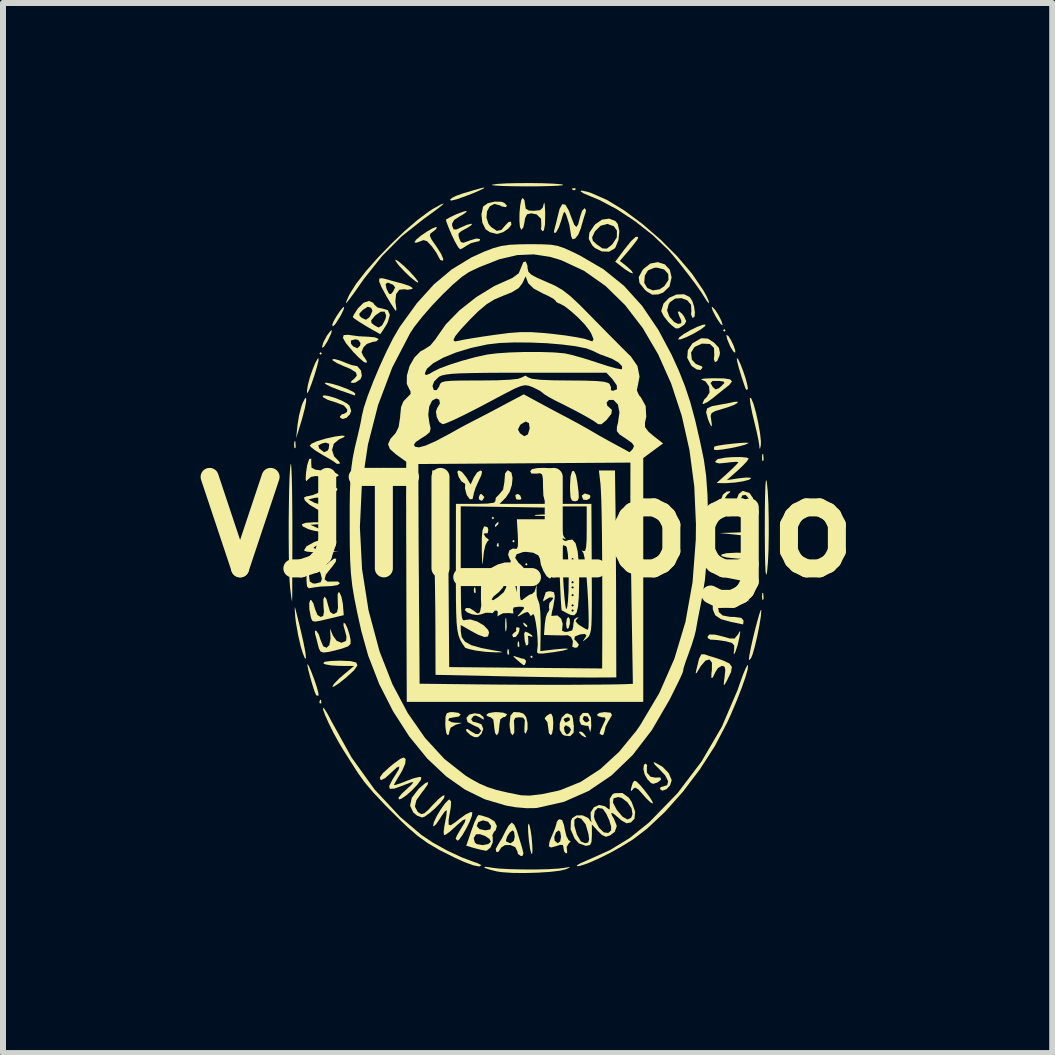
<source format=kicad_pcb>
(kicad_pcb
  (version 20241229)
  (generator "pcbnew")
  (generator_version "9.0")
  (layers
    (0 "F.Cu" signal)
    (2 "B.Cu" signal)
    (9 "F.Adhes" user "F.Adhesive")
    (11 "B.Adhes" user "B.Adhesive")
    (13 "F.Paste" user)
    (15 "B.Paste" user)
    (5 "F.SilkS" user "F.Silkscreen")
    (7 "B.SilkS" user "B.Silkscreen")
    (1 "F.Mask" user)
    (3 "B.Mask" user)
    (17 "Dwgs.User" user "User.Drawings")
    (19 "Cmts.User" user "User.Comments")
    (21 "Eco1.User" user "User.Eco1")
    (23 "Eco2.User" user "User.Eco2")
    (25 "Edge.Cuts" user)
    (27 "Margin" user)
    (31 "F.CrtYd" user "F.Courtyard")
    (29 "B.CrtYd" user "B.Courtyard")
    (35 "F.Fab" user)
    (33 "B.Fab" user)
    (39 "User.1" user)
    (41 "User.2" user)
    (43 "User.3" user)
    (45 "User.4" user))
  (footprint "VJTI_Logo"
    (layer "F.Cu")
    (at 5.74 5.73)
    (property "Reference" "VJTI_Logo" (at 0 0 0) (layer "F.SilkS") (effects (font (size 1.524 1.524) (thickness 0.3))))
    (attr board_only exclude_from_pos_files exclude_from_bom)
    (fp_poly (pts (xy -3.427 -2.891) (xy -3.448 -2.87) (xy -3.469 -2.891) (xy -3.448 -2.913)) (stroke (width 0) (type solid)) (fill yes) (layer "F.SilkS"))
    (fp_poly (pts (xy -0.557 -0.15) (xy -0.578 -0.129) (xy -0.6 -0.15) (xy -0.578 -0.171)) (stroke (width 0) (type solid)) (fill yes) (layer "F.SilkS"))
    (fp_poly (pts (xy -0.214 0.236) (xy -0.236 0.257) (xy -0.257 0.236) (xy -0.236 0.214)) (stroke (width 0) (type solid)) (fill yes) (layer "F.SilkS"))
    (fp_poly (pts (xy 0 0.621) (xy -0.021 0.642) (xy -0.043 0.621) (xy -0.021 0.6)) (stroke (width 0) (type solid)) (fill yes) (layer "F.SilkS"))
    (fp_poly (pts (xy 0.086 0.707) (xy 0.064 0.728) (xy 0.043 0.707) (xy 0.064 0.685)) (stroke (width 0) (type solid)) (fill yes) (layer "F.SilkS"))
    (fp_poly (pts (xy 0.086 2.163) (xy 0.064 2.184) (xy 0.043 2.163) (xy 0.064 2.142)) (stroke (width 0) (type solid)) (fill yes) (layer "F.SilkS"))
    (fp_poly (pts (xy 3.298 -3.277) (xy 3.277 -3.255) (xy 3.255 -3.277) (xy 3.277 -3.298)) (stroke (width 0) (type solid)) (fill yes) (layer "F.SilkS"))
    (fp_poly (pts (xy -3.869 -1.424) (xy -3.864 -1.337) (xy -3.869 -1.317) (xy -3.885 -1.312) (xy -3.891 -1.371) (xy -3.884 -1.431)) (stroke (width 0) (type solid)) (fill yes) (layer "F.SilkS"))
    (fp_poly (pts (xy -3.441 2.884) (xy -3.436 2.935) (xy -3.441 2.941) (xy -3.466 2.935) (xy -3.469 2.913) (xy -3.454 2.877)) (stroke (width 0) (type solid)) (fill yes) (layer "F.SilkS"))
    (fp_poly (pts (xy -0.87 1.02) (xy -0.865 1.087) (xy -0.874 1.102) (xy -0.893 1.089) (xy -0.896 1.046) (xy -0.886 1)) (stroke (width 0) (type solid)) (fill yes) (layer "F.SilkS"))
    (fp_poly (pts (xy -0.485 0.271) (xy -0.48 0.322) (xy -0.485 0.328) (xy -0.511 0.323) (xy -0.514 0.3) (xy -0.498 0.265)) (stroke (width 0) (type solid)) (fill yes) (layer "F.SilkS"))
    (fp_poly (pts (xy -0.313 2.048) (xy -0.308 2.115) (xy -0.317 2.13) (xy -0.336 2.117) (xy -0.339 2.074) (xy -0.329 2.028)) (stroke (width 0) (type solid)) (fill yes) (layer "F.SilkS"))
    (fp_poly (pts (xy -0.142 1.919) (xy -0.137 1.986) (xy -0.145 2.002) (xy -0.165 1.989) (xy -0.168 1.945) (xy -0.157 1.9)) (stroke (width 0) (type solid)) (fill yes) (layer "F.SilkS"))
    (fp_poly (pts (xy 0.8 -5.64) (xy 0.794 -5.614) (xy 0.771 -5.611) (xy 0.736 -5.627) (xy 0.742 -5.64) (xy 0.793 -5.645)) (stroke (width 0) (type solid)) (fill yes) (layer "F.SilkS"))
    (fp_poly (pts (xy 3.926 -1.21) (xy 3.932 -1.122) (xy 3.926 -1.103) (xy 3.911 -1.098) (xy 3.905 -1.156) (xy 3.911 -1.217)) (stroke (width 0) (type solid)) (fill yes) (layer "F.SilkS"))
    (fp_poly (pts (xy 3.926 1.103) (xy 3.932 1.191) (xy 3.926 1.21) (xy 3.911 1.215) (xy 3.905 1.156) (xy 3.911 1.096)) (stroke (width 0) (type solid)) (fill yes) (layer "F.SilkS"))
    (fp_poly (pts (xy -0.124 -0.527) (xy -0.103 -0.473) (xy -0.122 -0.454) (xy -0.18 -0.458) (xy -0.194 -0.473) (xy -0.204 -0.534) (xy -0.163 -0.551)) (stroke (width 0) (type solid)) (fill yes) (layer "F.SilkS"))
    (fp_poly (pts (xy -0.049 1.602) (xy -0.003 1.645) (xy -0.013 1.67) (xy -0.019 1.67) (xy -0.055 1.64) (xy -0.068 1.621) (xy -0.073 1.592)) (stroke (width 0) (type solid)) (fill yes) (layer "F.SilkS"))
    (fp_poly (pts (xy 0.905 3.414) (xy 0.941 3.447) (xy 0.98 3.502) (xy 0.954 3.502) (xy 0.901 3.471) (xy 0.859 3.426) (xy 0.863 3.407)) (stroke (width 0) (type solid)) (fill yes) (layer "F.SilkS"))
    (fp_poly (pts (xy -0.724 -0.504) (xy -0.722 -0.493) (xy -0.755 -0.442) (xy -0.768 -0.437) (xy -0.807 -0.457) (xy -0.814 -0.493) (xy -0.792 -0.546) (xy -0.768 -0.549)) (stroke (width 0) (type solid)) (fill yes) (layer "F.SilkS"))
    (fp_poly (pts (xy -0.485 -0.058) (xy -0.493 -0.043) (xy -0.533 -0.002) (xy -0.54 0) (xy -0.543 -0.028) (xy -0.535 -0.043) (xy -0.495 -0.084) (xy -0.488 -0.086)) (stroke (width 0) (type solid)) (fill yes) (layer "F.SilkS"))
    (fp_poly (pts (xy -0.355 1.531) (xy -0.348 1.656) (xy -0.355 1.724) (xy -0.366 1.744) (xy -0.373 1.691) (xy -0.374 1.628) (xy -0.37 1.535) (xy -0.362 1.51)) (stroke (width 0) (type solid)) (fill yes) (layer "F.SilkS"))
    (fp_poly (pts (xy 0.354 -0.201) (xy 0.371 -0.191) (xy 0.315 -0.185) (xy 0.236 -0.184) (xy 0.138 -0.187) (xy 0.11 -0.194) (xy 0.14 -0.202) (xy 0.266 -0.209)) (stroke (width 0) (type solid)) (fill yes) (layer "F.SilkS"))
    (fp_poly (pts (xy 0.561 -0.504) (xy 0.563 -0.493) (xy 0.53 -0.442) (xy 0.517 -0.437) (xy 0.478 -0.457) (xy 0.471 -0.493) (xy 0.493 -0.546) (xy 0.517 -0.549)) (stroke (width 0) (type solid)) (fill yes) (layer "F.SilkS"))
    (fp_poly (pts (xy 0.703 1.533) (xy 0.705 1.607) (xy 0.685 1.68) (xy 0.672 1.698) (xy 0.651 1.684) (xy 0.642 1.613) (xy 0.654 1.529) (xy 0.678 1.499)) (stroke (width 0) (type solid)) (fill yes) (layer "F.SilkS"))
    (fp_poly (pts (xy 1.032 -0.534) (xy 1.047 -0.518) (xy 1.037 -0.476) (xy 0.984 -0.449) (xy 0.929 -0.456) (xy 0.925 -0.46) (xy 0.901 -0.521) (xy 0.947 -0.556) (xy 0.961 -0.557)) (stroke (width 0) (type solid)) (fill yes) (layer "F.SilkS"))
    (fp_poly (pts (xy -3.69 -2.091) (xy -3.711 -1.98) (xy -3.751 -1.825) (xy -3.771 -1.756) (xy -3.856 -1.478) (xy -3.833 -1.701) (xy -3.807 -1.862) (xy -3.767 -2.013) (xy -3.748 -2.065) (xy -3.708 -2.143) (xy -3.689 -2.149)) (stroke (width 0) (type solid)) (fill yes) (layer "F.SilkS"))
    (fp_poly (pts (xy -3.273 -3.224) (xy -3.322 -3.119) (xy -3.341 -3.084) (xy -3.391 -3.006) (xy -3.421 -2.987) (xy -3.425 -2.998) (xy -3.403 -3.076) (xy -3.349 -3.179) (xy -3.341 -3.191) (xy -3.283 -3.268) (xy -3.26 -3.277)) (stroke (width 0) (type solid)) (fill yes) (layer "F.SilkS"))
    (fp_poly (pts (xy -3.064 -3.626) (xy -3.107 -3.536) (xy -3.129 -3.496) (xy -3.203 -3.381) (xy -3.244 -3.342) (xy -3.255 -3.368) (xy -3.235 -3.422) (xy -3.187 -3.506) (xy -3.129 -3.594) (xy -3.078 -3.656) (xy -3.056 -3.67)) (stroke (width 0) (type solid)) (fill yes) (layer "F.SilkS"))
    (fp_poly (pts (xy -0.193 2.161) (xy -0.1 2.19) (xy -0.058 2.197) (xy -0.026 2.229) (xy -0.03 2.256) (xy -0.047 2.297) (xy -0.068 2.302) (xy -0.119 2.263) (xy -0.171 2.219) (xy -0.234 2.161) (xy -0.23 2.148)) (stroke (width 0) (type solid)) (fill yes) (layer "F.SilkS"))
    (fp_poly (pts (xy 3.127 -3.614) (xy 3.183 -3.526) (xy 3.229 -3.434) (xy 3.248 -3.37) (xy 3.245 -3.359) (xy 3.216 -3.382) (xy 3.162 -3.461) (xy 3.128 -3.519) (xy 3.08 -3.615) (xy 3.067 -3.665) (xy 3.078 -3.666)) (stroke (width 0) (type solid)) (fill yes) (layer "F.SilkS"))
    (fp_poly (pts (xy 3.345 -3.183) (xy 3.388 -3.115) (xy 3.431 -3.025) (xy 3.459 -2.943) (xy 3.46 -2.906) (xy 3.436 -2.913) (xy 3.391 -2.981) (xy 3.37 -3.022) (xy 3.327 -3.125) (xy 3.312 -3.191) (xy 3.315 -3.2)) (stroke (width 0) (type solid)) (fill yes) (layer "F.SilkS"))
    (fp_poly (pts (xy -2.152 -4.426) (xy -2.064 -4.352) (xy -1.97 -4.262) (xy -1.88 -4.163) (xy -1.827 -4.094) (xy -1.824 -4.069) (xy -1.874 -4.098) (xy -1.963 -4.172) (xy -2.056 -4.262) (xy -2.147 -4.36) (xy -2.199 -4.43) (xy -2.202 -4.455)) (stroke (width 0) (type solid)) (fill yes) (layer "F.SilkS"))
    (fp_poly (pts (xy -0.134 1.68) (xy -0.138 1.728) (xy -0.154 1.774) (xy -0.197 1.831) (xy -0.241 1.837) (xy -0.257 1.799) (xy -0.224 1.758) (xy -0.212 1.756) (xy -0.186 1.73) (xy -0.193 1.713) (xy -0.189 1.674) (xy -0.174 1.67)) (stroke (width 0) (type solid)) (fill yes) (layer "F.SilkS"))
    (fp_poly (pts (xy 0.03 4.964) (xy 0.049 5.047) (xy 0.066 5.163) (xy 0.077 5.286) (xy 0.081 5.391) (xy 0.075 5.448) (xy 0.061 5.439) (xy 0.042 5.362) (xy 0.023 5.234) (xy 0.01 5.09) (xy 0.007 4.984) (xy 0.013 4.941)) (stroke (width 0) (type solid)) (fill yes) (layer "F.SilkS"))
    (fp_poly (pts (xy 2.957 -3.347) (xy 2.887 -3.293) (xy 2.772 -3.225) (xy 2.771 -3.224) (xy 2.644 -3.162) (xy 2.548 -3.126) (xy 2.507 -3.125) (xy 2.529 -3.161) (xy 2.605 -3.217) (xy 2.712 -3.279) (xy 2.825 -3.334) (xy 2.919 -3.369) (xy 2.965 -3.373)) (stroke (width 0) (type solid)) (fill yes) (layer "F.SilkS"))
    (fp_poly (pts (xy -3.872 1.349) (xy -3.792 1.67) (xy -3.735 1.918) (xy -3.702 2.089) (xy -3.692 2.182) (xy -3.694 2.194) (xy -3.712 2.183) (xy -3.744 2.106) (xy -3.78 1.989) (xy -3.823 1.801) (xy -3.859 1.599) (xy -3.871 1.499) (xy -3.879 1.388) (xy -3.879 1.336)) (stroke (width 0) (type solid)) (fill yes) (layer "F.SilkS"))
    (fp_poly (pts (xy -3.647 2.312) (xy -3.607 2.402) (xy -3.558 2.53) (xy -3.512 2.666) (xy -3.485 2.768) (xy -3.483 2.812) (xy -3.52 2.805) (xy -3.525 2.798) (xy -3.552 2.733) (xy -3.587 2.623) (xy -3.624 2.496) (xy -3.654 2.379) (xy -3.669 2.301) (xy -3.668 2.283)) (stroke (width 0) (type solid)) (fill yes) (layer "F.SilkS"))
    (fp_poly (pts (xy -3.252 -2.384) (xy -3.127 -2.346) (xy -2.994 -2.295) (xy -2.901 -2.249) (xy -2.87 -2.221) (xy -2.879 -2.19) (xy -2.881 -2.191) (xy -2.923 -2.207) (xy -3.024 -2.242) (xy -3.138 -2.281) (xy -3.267 -2.331) (xy -3.356 -2.375) (xy -3.384 -2.4) (xy -3.347 -2.404)) (stroke (width 0) (type solid)) (fill yes) (layer "F.SilkS"))
    (fp_poly (pts (xy -0.725 -5.645) (xy -0.789 -5.612) (xy -0.905 -5.562) (xy -1.044 -5.508) (xy -1.187 -5.458) (xy -1.274 -5.438) (xy -1.294 -5.45) (xy -1.291 -5.454) (xy -1.254 -5.486) (xy -1.189 -5.518) (xy -1.08 -5.557) (xy -0.911 -5.607) (xy -0.792 -5.641) (xy -0.723 -5.656)) (stroke (width 0) (type solid)) (fill yes) (layer "F.SilkS"))
    (fp_poly (pts (xy 0.009 1.761) (xy 0.072 1.804) (xy 0.086 1.824) (xy 0.057 1.827) (xy 0.036 1.816) (xy 0.003 1.814) (xy 0.01 1.849) (xy 0.013 1.938) (xy 0.001 1.968) (xy -0.026 1.973) (xy -0.047 1.897) (xy -0.05 1.871) (xy -0.057 1.774) (xy -0.039 1.743)) (stroke (width 0) (type solid)) (fill yes) (layer "F.SilkS"))
    (fp_poly (pts (xy 0.806 -0.864) (xy 0.829 -0.744) (xy 0.849 -0.582) (xy 0.853 -0.488) (xy 0.836 -0.442) (xy 0.798 -0.429) (xy 0.782 -0.428) (xy 0.739 -0.441) (xy 0.716 -0.493) (xy 0.708 -0.602) (xy 0.707 -0.685) (xy 0.716 -0.842) (xy 0.74 -0.927) (xy 0.772 -0.935)) (stroke (width 0) (type solid)) (fill yes) (layer "F.SilkS"))
    (fp_poly (pts (xy 3.51 -2.792) (xy 3.548 -2.711) (xy 3.592 -2.596) (xy 3.633 -2.474) (xy 3.661 -2.367) (xy 3.67 -2.302) (xy 3.669 -2.296) (xy 3.644 -2.283) (xy 3.628 -2.313) (xy 3.567 -2.493) (xy 3.52 -2.649) (xy 3.491 -2.762) (xy 3.486 -2.815) (xy 3.487 -2.816)) (stroke (width 0) (type solid)) (fill yes) (layer "F.SilkS"))
    (fp_poly (pts (xy -3.485 -2.765) (xy -3.51 -2.665) (xy -3.549 -2.536) (xy -3.593 -2.405) (xy -3.634 -2.295) (xy -3.665 -2.233) (xy -3.671 -2.227) (xy -3.676 -2.264) (xy -3.663 -2.353) (xy -3.66 -2.367) (xy -3.627 -2.494) (xy -3.582 -2.624) (xy -3.537 -2.734) (xy -3.499 -2.802) (xy -3.482 -2.811)) (stroke (width 0) (type solid)) (fill yes) (layer "F.SilkS"))
    (fp_poly (pts (xy 0.396 3.112) (xy 0.419 3.164) (xy 0.428 3.259) (xy 0.423 3.364) (xy 0.407 3.445) (xy 0.385 3.469) (xy 0.355 3.432) (xy 0.343 3.343) (xy 0.343 3.341) (xy 0.33 3.251) (xy 0.299 3.212) (xy 0.298 3.212) (xy 0.284 3.189) (xy 0.309 3.153) (xy 0.369 3.112)) (stroke (width 0) (type solid)) (fill yes) (layer "F.SilkS"))
    (fp_poly (pts (xy 3.647 0.433) (xy 3.734 0.448) (xy 3.767 0.478) (xy 3.769 0.493) (xy 3.764 0.545) (xy 3.759 0.549) (xy 3.714 0.542) (xy 3.607 0.533) (xy 3.48 0.525) (xy 3.313 0.508) (xy 3.23 0.483) (xy 3.23 0.458) (xy 3.312 0.437) (xy 3.477 0.428) (xy 3.491 0.428)) (stroke (width 0) (type solid)) (fill yes) (layer "F.SilkS"))
    (fp_poly (pts (xy 3.682 -1.402) (xy 3.683 -1.399) (xy 3.626 -1.372) (xy 3.517 -1.342) (xy 3.383 -1.314) (xy 3.251 -1.292) (xy 3.149 -1.281) (xy 3.104 -1.288) (xy 3.109 -1.336) (xy 3.115 -1.341) (xy 3.171 -1.355) (xy 3.275 -1.372) (xy 3.404 -1.387) (xy 3.531 -1.399) (xy 3.632 -1.405)) (stroke (width 0) (type solid)) (fill yes) (layer "F.SilkS"))
    (fp_poly (pts (xy -3.48 -0.078) (xy -3.337 -0.074) (xy -3.274 -0.069) (xy -3.29 -0.064) (xy -3.377 -0.055) (xy -3.405 -0.053) (xy -3.619 -0.036) (xy -3.491 0.021) (xy -3.416 0.06) (xy -3.418 0.077) (xy -3.448 0.079) (xy -3.553 0.064) (xy -3.652 0.036) (xy -3.747 -0.01) (xy -3.761 -0.046) (xy -3.696 -0.07) (xy -3.556 -0.079)) (stroke (width 0) (type solid)) (fill yes) (layer "F.SilkS"))
    (fp_poly (pts (xy 1.842 -4.815) (xy 1.816 -4.771) (xy 1.75 -4.685) (xy 1.689 -4.611) (xy 1.537 -4.433) (xy 1.656 -4.339) (xy 1.729 -4.272) (xy 1.756 -4.229) (xy 1.754 -4.225) (xy 1.712 -4.237) (xy 1.63 -4.289) (xy 1.598 -4.313) (xy 1.46 -4.42) (xy 1.617 -4.63) (xy 1.726 -4.765) (xy 1.801 -4.834) (xy 1.838 -4.834)) (stroke (width 0) (type solid)) (fill yes) (layer "F.SilkS"))
    (fp_poly (pts (xy 2.12 3.923) (xy 2.25 3.996) (xy 2.35 4.1) (xy 2.398 4.209) (xy 2.399 4.225) (xy 2.373 4.306) (xy 2.314 4.369) (xy 2.247 4.393) (xy 2.206 4.369) (xy 2.216 4.333) (xy 2.248 4.326) (xy 2.326 4.301) (xy 2.341 4.235) (xy 2.293 4.139) (xy 2.201 4.041) (xy 2.121 3.962) (xy 2.097 3.922)) (stroke (width 0) (type solid)) (fill yes) (layer "F.SilkS"))
    (fp_poly (pts (xy 3.726 -2.142) (xy 3.763 -2.053) (xy 3.804 -1.908) (xy 3.842 -1.737) (xy 3.872 -1.568) (xy 3.887 -1.43) (xy 3.886 -1.364) (xy 3.871 -1.3) (xy 3.863 -1.318) (xy 3.861 -1.351) (xy 3.847 -1.441) (xy 3.819 -1.577) (xy 3.796 -1.672) (xy 3.742 -1.898) (xy 3.711 -2.057) (xy 3.702 -2.143) (xy 3.717 -2.153)) (stroke (width 0) (type solid)) (fill yes) (layer "F.SilkS"))
    (fp_poly (pts (xy 3.894 1.384) (xy 3.886 1.489) (xy 3.861 1.644) (xy 3.826 1.82) (xy 3.786 1.989) (xy 3.748 2.123) (xy 3.723 2.184) (xy 3.693 2.219) (xy 3.687 2.206) (xy 3.696 2.133) (xy 3.719 2.015) (xy 3.751 1.87) (xy 3.788 1.717) (xy 3.826 1.573) (xy 3.859 1.457) (xy 3.883 1.387) (xy 3.894 1.381)) (stroke (width 0) (type solid)) (fill yes) (layer "F.SilkS"))
    (fp_poly (pts (xy 0.259 -5.727) (xy 0.434 -5.72) (xy 0.557 -5.71) (xy 0.591 -5.703) (xy 0.585 -5.694) (xy 0.505 -5.686) (xy 0.362 -5.68) (xy 0.168 -5.676) (xy 0 -5.675) (xy -0.223 -5.677) (xy -0.405 -5.681) (xy -0.532 -5.688) (xy -0.594 -5.696) (xy -0.591 -5.703) (xy -0.501 -5.716) (xy -0.348 -5.725) (xy -0.155 -5.729) (xy 0.055 -5.73)) (stroke (width 0) (type solid)) (fill yes) (layer "F.SilkS"))
    (fp_poly (pts (xy 1.811 4.237) (xy 1.874 4.299) (xy 1.947 4.385) (xy 2.03 4.494) (xy 2.08 4.575) (xy 2.088 4.608) (xy 2.051 4.591) (xy 1.98 4.524) (xy 1.931 4.468) (xy 1.847 4.374) (xy 1.795 4.341) (xy 1.76 4.362) (xy 1.756 4.369) (xy 1.724 4.402) (xy 1.72 4.369) (xy 1.745 4.284) (xy 1.751 4.266) (xy 1.775 4.229)) (stroke (width 0) (type solid)) (fill yes) (layer "F.SilkS"))
    (fp_poly (pts (xy 1.992 3.972) (xy 1.986 4.005) (xy 1.989 4.094) (xy 2.049 4.161) (xy 2.137 4.177) (xy 2.148 4.174) (xy 2.214 4.173) (xy 2.222 4.21) (xy 2.169 4.254) (xy 2.16 4.257) (xy 2.096 4.279) (xy 2.056 4.266) (xy 1.999 4.205) (xy 1.998 4.205) (xy 1.95 4.122) (xy 1.929 4.03) (xy 1.939 3.96) (xy 1.969 3.941)) (stroke (width 0) (type solid)) (fill yes) (layer "F.SilkS"))
    (fp_poly (pts (xy 3.759 0.03) (xy 3.763 0.118) (xy 3.763 0.254) (xy 3.754 0.33) (xy 3.739 0.337) (xy 3.722 0.267) (xy 3.719 0.246) (xy 3.701 0.191) (xy 3.652 0.158) (xy 3.552 0.137) (xy 3.448 0.125) (xy 3.191 0.1) (xy 3.456 0.093) (xy 3.603 0.086) (xy 3.686 0.069) (xy 3.725 0.035) (xy 3.739 -0.011) (xy 3.75 -0.027)) (stroke (width 0) (type solid)) (fill yes) (layer "F.SilkS"))
    (fp_poly (pts (xy 3.719 0.728) (xy 3.706 0.851) (xy 3.684 0.964) (xy 3.661 1.04) (xy 3.649 1.035) (xy 3.646 0.998) (xy 3.623 0.93) (xy 3.549 0.891) (xy 3.48 0.877) (xy 3.332 0.848) (xy 3.247 0.822) (xy 3.231 0.803) (xy 3.288 0.796) (xy 3.394 0.802) (xy 3.534 0.813) (xy 3.613 0.805) (xy 3.655 0.774) (xy 3.68 0.723) (xy 3.721 0.621)) (stroke (width 0) (type solid)) (fill yes) (layer "F.SilkS"))
    (fp_poly (pts (xy 1.383 3.094) (xy 1.406 3.134) (xy 1.359 3.216) (xy 1.348 3.231) (xy 1.298 3.329) (xy 1.285 3.392) (xy 1.265 3.457) (xy 1.242 3.469) (xy 1.201 3.445) (xy 1.2 3.437) (xy 1.218 3.38) (xy 1.261 3.287) (xy 1.299 3.206) (xy 1.289 3.174) (xy 1.24 3.17) (xy 1.171 3.151) (xy 1.156 3.127) (xy 1.194 3.097) (xy 1.283 3.084) (xy 1.285 3.084)) (stroke (width 0) (type solid)) (fill yes) (layer "F.SilkS"))
    (fp_poly (pts (xy 3.499 -2.069) (xy 3.447 -2.037) (xy 3.339 -1.996) (xy 3.254 -1.97) (xy 3.127 -1.932) (xy 3.065 -1.897) (xy 3.05 -1.849) (xy 3.058 -1.79) (xy 3.071 -1.695) (xy 3.059 -1.678) (xy 3.027 -1.74) (xy 3.003 -1.804) (xy 2.974 -1.913) (xy 2.992 -1.977) (xy 3.072 -2.013) (xy 3.181 -2.034) (xy 3.315 -2.057) (xy 3.423 -2.08) (xy 3.443 -2.085) (xy 3.497 -2.088)) (stroke (width 0) (type solid)) (fill yes) (layer "F.SilkS"))
    (fp_poly (pts (xy 3.981 -0.771) (xy 3.985 -0.75) (xy 4.001 -0.596) (xy 4.012 -0.385) (xy 4.017 -0.138) (xy 4.018 0.122) (xy 4.014 0.37) (xy 4.004 0.585) (xy 3.99 0.743) (xy 3.986 0.771) (xy 3.974 0.798) (xy 3.965 0.742) (xy 3.958 0.606) (xy 3.954 0.393) (xy 3.952 0.105) (xy 3.952 0) (xy 3.953 -0.309) (xy 3.957 -0.543) (xy 3.963 -0.7) (xy 3.971 -0.777)) (stroke (width 0) (type solid)) (fill yes) (layer "F.SilkS"))
    (fp_poly (pts (xy -2.952 2.234) (xy -2.855 2.258) (xy -2.835 2.307) (xy -2.892 2.388) (xy -3.023 2.508) (xy -3.041 2.523) (xy -3.149 2.608) (xy -3.226 2.658) (xy -3.255 2.662) (xy -3.255 2.662) (xy -3.225 2.613) (xy -3.147 2.532) (xy -3.073 2.467) (xy -2.891 2.315) (xy -3.135 2.314) (xy -3.272 2.306) (xy -3.372 2.288) (xy -3.405 2.27) (xy -3.381 2.246) (xy -3.279 2.232) (xy -3.129 2.227)) (stroke (width 0) (type solid)) (fill yes) (layer "F.SilkS"))
    (fp_poly (pts (xy -3.605 -1.071) (xy -3.6 -0.988) (xy -3.538 -0.956) (xy -3.512 -0.952) (xy -3.313 -0.926) (xy -3.194 -0.898) (xy -3.149 -0.867) (xy -3.152 -0.851) (xy -3.212 -0.828) (xy -3.337 -0.83) (xy -3.391 -0.836) (xy -3.528 -0.849) (xy -3.608 -0.835) (xy -3.656 -0.794) (xy -3.687 -0.763) (xy -3.698 -0.793) (xy -3.692 -0.896) (xy -3.691 -0.908) (xy -3.672 -1.031) (xy -3.643 -1.12) (xy -3.633 -1.135) (xy -3.604 -1.139)) (stroke (width 0) (type solid)) (fill yes) (layer "F.SilkS"))
    (fp_poly (pts (xy -3.318 -2.183) (xy -3.213 -2.152) (xy -3.102 -2.108) (xy -3.01 -2.059) (xy -2.968 -2.023) (xy -2.939 -1.935) (xy -2.959 -1.879) (xy -3.015 -1.82) (xy -3.08 -1.799) (xy -3.123 -1.822) (xy -3.127 -1.842) (xy -3.092 -1.879) (xy -3.059 -1.885) (xy -3.008 -1.917) (xy -3.006 -1.96) (xy -3.061 -2.024) (xy -3.194 -2.076) (xy -3.21 -2.08) (xy -3.328 -2.118) (xy -3.404 -2.159) (xy -3.416 -2.175) (xy -3.394 -2.194)) (stroke (width 0) (type solid)) (fill yes) (layer "F.SilkS"))
    (fp_poly (pts (xy -3.134 -2.776) (xy -3.095 -2.761) (xy -2.992 -2.72) (xy -2.93 -2.697) (xy -2.923 -2.696) (xy -2.837 -2.679) (xy -2.777 -2.608) (xy -2.761 -2.518) (xy -2.786 -2.46) (xy -2.865 -2.408) (xy -2.907 -2.4) (xy -2.95 -2.408) (xy -2.924 -2.441) (xy -2.898 -2.461) (xy -2.845 -2.52) (xy -2.86 -2.574) (xy -2.949 -2.632) (xy -3.063 -2.68) (xy -3.175 -2.73) (xy -3.245 -2.774) (xy -3.255 -2.791) (xy -3.221 -2.799)) (stroke (width 0) (type solid)) (fill yes) (layer "F.SilkS"))
    (fp_poly (pts (xy -1.152 3.096) (xy -1.114 3.126) (xy -1.114 3.127) (xy -1.15 3.159) (xy -1.221 3.17) (xy -1.308 3.186) (xy -1.322 3.221) (xy -1.267 3.252) (xy -1.21 3.26) (xy -1.092 3.264) (xy -1.199 3.295) (xy -1.282 3.344) (xy -1.3 3.397) (xy -1.314 3.459) (xy -1.333 3.469) (xy -1.355 3.431) (xy -1.369 3.334) (xy -1.371 3.277) (xy -1.367 3.158) (xy -1.345 3.102) (xy -1.291 3.085) (xy -1.242 3.084)) (stroke (width 0) (type solid)) (fill yes) (layer "F.SilkS"))
    (fp_poly (pts (xy -0.667 0.004) (xy -0.654 0.048) (xy -0.665 0.104) (xy -0.688 0.105) (xy -0.726 0.109) (xy -0.728 0.122) (xy -0.695 0.175) (xy -0.675 0.186) (xy -0.644 0.215) (xy -0.672 0.244) (xy -0.703 0.304) (xy -0.729 0.42) (xy -0.739 0.515) (xy -0.747 0.605) (xy -0.753 0.619) (xy -0.758 0.553) (xy -0.763 0.405) (xy -0.763 0.379) (xy -0.763 0.182) (xy -0.752 0.058) (xy -0.728 -0.003) (xy -0.716 -0.012)) (stroke (width 0) (type solid)) (fill yes) (layer "F.SilkS"))
    (fp_poly (pts (xy -0.407 3.093) (xy -0.347 3.117) (xy -0.343 3.127) (xy -0.377 3.165) (xy -0.407 3.17) (xy -0.454 3.202) (xy -0.471 3.306) (xy -0.471 3.32) (xy -0.482 3.419) (xy -0.508 3.468) (xy -0.514 3.469) (xy -0.542 3.432) (xy -0.556 3.339) (xy -0.557 3.32) (xy -0.571 3.209) (xy -0.615 3.17) (xy -0.621 3.17) (xy -0.678 3.147) (xy -0.685 3.127) (xy -0.647 3.1) (xy -0.552 3.085) (xy -0.514 3.084)) (stroke (width 0) (type solid)) (fill yes) (layer "F.SilkS"))
    (fp_poly (pts (xy -3.296 0.093) (xy -3.231 0.137) (xy -3.244 0.191) (xy -3.331 0.244) (xy -3.371 0.259) (xy -3.51 0.308) (xy -3.567 0.341) (xy -3.542 0.365) (xy -3.435 0.383) (xy -3.384 0.389) (xy -3.148 0.414) (xy -3.437 0.421) (xy -3.582 0.42) (xy -3.686 0.409) (xy -3.726 0.391) (xy -3.726 0.391) (xy -3.684 0.322) (xy -3.558 0.252) (xy -3.458 0.216) (xy -3.36 0.173) (xy -3.322 0.13) (xy -3.325 0.119) (xy -3.321 0.09)) (stroke (width 0) (type solid)) (fill yes) (layer "F.SilkS"))
    (fp_poly (pts (xy -0.627 5.671) (xy -0.605 5.675) (xy -0.486 5.69) (xy -0.307 5.7) (xy -0.092 5.705) (xy 0.134 5.706) (xy 0.345 5.701) (xy 0.516 5.691) (xy 0.6 5.681) (xy 0.691 5.666) (xy 0.705 5.671) (xy 0.648 5.698) (xy 0.642 5.701) (xy 0.539 5.726) (xy 0.374 5.746) (xy 0.172 5.759) (xy -0.045 5.765) (xy -0.252 5.763) (xy -0.426 5.751) (xy -0.509 5.739) (xy -0.629 5.709) (xy -0.709 5.681) (xy -0.723 5.672) (xy -0.705 5.661)) (stroke (width 0) (type solid)) (fill yes) (layer "F.SilkS"))
    (fp_poly (pts (xy -0.134 3.088) (xy -0.068 3.11) (xy -0.025 3.165) (xy -0.001 3.264) (xy -0.001 3.369) (xy -0.028 3.438) (xy -0.034 3.443) (xy -0.052 3.42) (xy -0.053 3.338) (xy -0.051 3.317) (xy -0.046 3.217) (xy -0.074 3.177) (xy -0.137 3.17) (xy -0.205 3.179) (xy -0.228 3.224) (xy -0.222 3.32) (xy -0.222 3.427) (xy -0.25 3.469) (xy -0.252 3.469) (xy -0.282 3.43) (xy -0.298 3.327) (xy -0.3 3.277) (xy -0.285 3.143) (xy -0.234 3.083)) (stroke (width 0) (type solid)) (fill yes) (layer "F.SilkS"))
    (fp_poly (pts (xy 0.407 -0.978) (xy 0.493 -0.96) (xy 0.514 -0.942) (xy 0.479 -0.904) (xy 0.45 -0.899) (xy 0.411 -0.878) (xy 0.391 -0.804) (xy 0.385 -0.664) (xy 0.38 -0.522) (xy 0.359 -0.449) (xy 0.321 -0.428) (xy 0.283 -0.449) (xy 0.263 -0.522) (xy 0.257 -0.664) (xy 0.257 -0.669) (xy 0.255 -0.805) (xy 0.242 -0.874) (xy 0.21 -0.896) (xy 0.15 -0.889) (xy 0.063 -0.891) (xy 0.043 -0.927) (xy 0.071 -0.963) (xy 0.164 -0.982) (xy 0.278 -0.985)) (stroke (width 0) (type solid)) (fill yes) (layer "F.SilkS"))
    (fp_poly (pts (xy -1.417 -5.367) (xy -1.508 -5.295) (xy -1.671 -5.176) (xy -1.732 -5.132) (xy -2.1 -4.841) (xy -2.423 -4.516) (xy -2.726 -4.135) (xy -2.786 -4.049) (xy -2.885 -3.908) (xy -2.966 -3.798) (xy -3.016 -3.735) (xy -3.026 -3.726) (xy -3.019 -3.76) (xy -2.982 -3.845) (xy -2.961 -3.887) (xy -2.854 -4.056) (xy -2.695 -4.26) (xy -2.497 -4.484) (xy -2.278 -4.711) (xy -2.052 -4.927) (xy -1.834 -5.115) (xy -1.641 -5.259) (xy -1.572 -5.303) (xy -1.449 -5.371) (xy -1.397 -5.392)) (stroke (width 0) (type solid)) (fill yes) (layer "F.SilkS"))
    (fp_poly (pts (xy 1.055 3.171) (xy 1.061 3.311) (xy 1.06 3.325) (xy 1.048 3.404) (xy 1.038 3.412) (xy 1.035 3.39) (xy 1.012 3.315) (xy 0.951 3.308) (xy 0.892 3.293) (xy 0.864 3.23) (xy 0.867 3.199) (xy 0.918 3.199) (xy 0.952 3.245) (xy 0.988 3.255) (xy 1.027 3.227) (xy 1.028 3.22) (xy 1 3.158) (xy 0.942 3.149) (xy 0.936 3.152) (xy 0.918 3.199) (xy 0.867 3.199) (xy 0.871 3.154) (xy 0.919 3.1) (xy 0.924 3.098) (xy 1.008 3.098)) (stroke (width 0) (type solid)) (fill yes) (layer "F.SilkS"))
    (fp_poly (pts (xy 3.503 1.168) (xy 3.534 1.178) (xy 3.705 1.237) (xy 3.437 1.212) (xy 3.17 1.188) (xy 3.17 1.318) (xy 3.187 1.418) (xy 3.249 1.474) (xy 3.371 1.497) (xy 3.452 1.499) (xy 3.561 1.514) (xy 3.598 1.56) (xy 3.598 1.563) (xy 3.592 1.618) (xy 3.587 1.623) (xy 3.543 1.613) (xy 3.443 1.592) (xy 3.39 1.582) (xy 3.222 1.535) (xy 3.126 1.471) (xy 3.087 1.376) (xy 3.084 1.331) (xy 3.108 1.204) (xy 3.182 1.135) (xy 3.312 1.124)) (stroke (width 0) (type solid)) (fill yes) (layer "F.SilkS"))
    (fp_poly (pts (xy 3.543 1.749) (xy 3.529 1.84) (xy 3.528 1.842) (xy 3.499 1.97) (xy 3.464 2.074) (xy 3.463 2.077) (xy 3.438 2.126) (xy 3.434 2.099) (xy 3.441 2.048) (xy 3.442 1.973) (xy 3.406 1.933) (xy 3.31 1.906) (xy 3.281 1.901) (xy 3.158 1.883) (xy 3.067 1.877) (xy 3.052 1.879) (xy 3.004 1.854) (xy 2.998 1.827) (xy 3.028 1.791) (xy 3.121 1.793) (xy 3.283 1.832) (xy 3.366 1.857) (xy 3.448 1.858) (xy 3.506 1.789) (xy 3.536 1.735)) (stroke (width 0) (type solid)) (fill yes) (layer "F.SilkS"))
    (fp_poly (pts (xy -1.512 -4.996) (xy -1.526 -4.961) (xy -1.575 -4.922) (xy -1.62 -4.888) (xy -1.629 -4.85) (xy -1.597 -4.785) (xy -1.52 -4.674) (xy -1.514 -4.665) (xy -1.442 -4.553) (xy -1.406 -4.469) (xy -1.409 -4.436) (xy -1.454 -4.448) (xy -1.476 -4.486) (xy -1.52 -4.57) (xy -1.593 -4.673) (xy -1.602 -4.684) (xy -1.677 -4.762) (xy -1.736 -4.78) (xy -1.793 -4.757) (xy -1.862 -4.734) (xy -1.885 -4.747) (xy -1.853 -4.791) (xy -1.775 -4.855) (xy -1.676 -4.923) (xy -1.583 -4.976) (xy -1.522 -4.999)) (stroke (width 0) (type solid)) (fill yes) (layer "F.SilkS"))
    (fp_poly (pts (xy -1.093 -0.917) (xy -1.025 -0.833) (xy -1.02 -0.826) (xy -0.949 -0.709) (xy -0.896 -0.826) (xy -0.841 -0.909) (xy -0.785 -0.942) (xy -0.757 -0.924) (xy -0.773 -0.858) (xy -0.813 -0.773) (xy -0.866 -0.654) (xy -0.897 -0.561) (xy -0.899 -0.54) (xy -0.918 -0.465) (xy -0.962 -0.462) (xy -1.01 -0.527) (xy -1.02 -0.553) (xy -1.044 -0.648) (xy -1.039 -0.703) (xy -1.039 -0.703) (xy -1.045 -0.727) (xy -1.057 -0.728) (xy -1.104 -0.763) (xy -1.149 -0.835) (xy -1.171 -0.919) (xy -1.147 -0.945)) (stroke (width 0) (type solid)) (fill yes) (layer "F.SilkS"))
    (fp_poly (pts (xy -3.935 -0.972) (xy -3.929 -0.83) (xy -3.924 -0.628) (xy -3.921 -0.376) (xy -3.919 -0.083) (xy -3.919 0.015) (xy -3.919 0.33) (xy -3.92 0.614) (xy -3.921 0.858) (xy -3.921 1.051) (xy -3.922 1.182) (xy -3.924 1.24) (xy -3.924 1.242) (xy -3.931 1.204) (xy -3.945 1.105) (xy -3.956 1.017) (xy -3.966 0.888) (xy -3.973 0.695) (xy -3.978 0.456) (xy -3.98 0.189) (xy -3.98 -0.09) (xy -3.977 -0.363) (xy -3.973 -0.614) (xy -3.966 -0.825) (xy -3.956 -0.98) (xy -3.949 -1.045) (xy -3.941 -1.047)) (stroke (width 0) (type solid)) (fill yes) (layer "F.SilkS"))
    (fp_poly (pts (xy -1.665 4.291) (xy -1.733 4.388) (xy -1.755 4.414) (xy -1.853 4.552) (xy -1.878 4.657) (xy -1.833 4.742) (xy -1.815 4.759) (xy -1.768 4.784) (xy -1.718 4.768) (xy -1.644 4.702) (xy -1.578 4.629) (xy -1.485 4.534) (xy -1.414 4.477) (xy -1.383 4.47) (xy -1.392 4.515) (xy -1.45 4.592) (xy -1.536 4.682) (xy -1.631 4.766) (xy -1.714 4.825) (xy -1.758 4.84) (xy -1.839 4.81) (xy -1.905 4.756) (xy -1.958 4.642) (xy -1.929 4.511) (xy -1.816 4.364) (xy -1.801 4.349) (xy -1.703 4.266) (xy -1.656 4.249)) (stroke (width 0) (type solid)) (fill yes) (layer "F.SilkS"))
    (fp_poly (pts (xy 0.995 -5.585) (xy 1.051 -5.568) (xy 1.32 -5.45) (xy 1.615 -5.271) (xy 1.919 -5.044) (xy 2.219 -4.784) (xy 2.497 -4.505) (xy 2.739 -4.22) (xy 2.928 -3.942) (xy 2.978 -3.853) (xy 3.016 -3.768) (xy 3.024 -3.727) (xy 3.022 -3.726) (xy 2.989 -3.76) (xy 2.95 -3.822) (xy 2.89 -3.917) (xy 2.791 -4.056) (xy 2.668 -4.219) (xy 2.538 -4.385) (xy 2.417 -4.532) (xy 2.339 -4.62) (xy 2.089 -4.859) (xy 1.797 -5.089) (xy 1.489 -5.293) (xy 1.19 -5.451) (xy 1.059 -5.505) (xy 0.934 -5.558) (xy 0.88 -5.594) (xy 0.9 -5.605)) (stroke (width 0) (type solid)) (fill yes) (layer "F.SilkS"))
    (fp_poly (pts (xy -0.793 3.117) (xy -0.736 3.167) (xy -0.735 3.17) (xy -0.729 3.211) (xy -0.767 3.19) (xy -0.784 3.177) (xy -0.858 3.142) (xy -0.898 3.147) (xy -0.941 3.202) (xy -0.911 3.245) (xy -0.855 3.255) (xy -0.769 3.288) (xy -0.738 3.364) (xy -0.771 3.449) (xy -0.829 3.502) (xy -0.891 3.499) (xy -0.953 3.466) (xy -1.015 3.409) (xy -1.028 3.375) (xy -1.002 3.364) (xy -0.945 3.403) (xy -0.868 3.449) (xy -0.817 3.45) (xy -0.773 3.396) (xy -0.815 3.343) (xy -0.903 3.303) (xy -1 3.25) (xy -1.02 3.181) (xy -0.973 3.126) (xy -0.884 3.104)) (stroke (width 0) (type solid)) (fill yes) (layer "F.SilkS"))
    (fp_poly (pts (xy -0.435 -5.419) (xy -0.387 -5.4) (xy -0.343 -5.353) (xy -0.363 -5.329) (xy -0.426 -5.34) (xy -0.464 -5.359) (xy -0.556 -5.383) (xy -0.63 -5.342) (xy -0.676 -5.259) (xy -0.685 -5.154) (xy -0.651 -5.049) (xy -0.607 -4.997) (xy -0.512 -4.934) (xy -0.437 -4.949) (xy -0.374 -5.022) (xy -0.317 -5.082) (xy -0.276 -5.087) (xy -0.271 -5.034) (xy -0.322 -4.97) (xy -0.406 -4.913) (xy -0.498 -4.884) (xy -0.514 -4.883) (xy -0.628 -4.911) (xy -0.7 -4.961) (xy -0.754 -5.07) (xy -0.769 -5.209) (xy -0.743 -5.33) (xy -0.736 -5.343) (xy -0.663 -5.394) (xy -0.549 -5.421)) (stroke (width 0) (type solid)) (fill yes) (layer "F.SilkS"))
    (fp_poly (pts (xy 2.285 -4.376) (xy 2.369 -4.286) (xy 2.399 -4.16) (xy 2.364 -4.007) (xy 2.261 -3.907) (xy 2.176 -3.875) (xy 2.075 -3.871) (xy 1.982 -3.927) (xy 1.951 -3.956) (xy 1.864 -4.065) (xy 1.864 -4.067) (xy 1.943 -4.067) (xy 1.995 -3.981) (xy 2.087 -3.942) (xy 2.2 -3.96) (xy 2.277 -4.012) (xy 2.347 -4.116) (xy 2.343 -4.215) (xy 2.276 -4.29) (xy 2.157 -4.321) (xy 2.113 -4.319) (xy 2.005 -4.275) (xy 1.953 -4.189) (xy 1.943 -4.067) (xy 1.864 -4.067) (xy 1.851 -4.161) (xy 1.91 -4.273) (xy 1.931 -4.299) (xy 2.044 -4.389) (xy 2.169 -4.413)) (stroke (width 0) (type solid)) (fill yes) (layer "F.SilkS"))
    (fp_poly (pts (xy 3.002 -3.139) (xy 3.108 -3.071) (xy 3.187 -2.985) (xy 3.205 -2.902) (xy 3.197 -2.856) (xy 3.159 -2.765) (xy 3.121 -2.746) (xy 3.103 -2.798) (xy 3.11 -2.862) (xy 3.106 -2.983) (xy 3.037 -3.049) (xy 2.91 -3.055) (xy 2.901 -3.054) (xy 2.781 -2.999) (xy 2.723 -2.906) (xy 2.736 -2.794) (xy 2.741 -2.784) (xy 2.803 -2.716) (xy 2.85 -2.698) (xy 2.906 -2.675) (xy 2.913 -2.656) (xy 2.884 -2.616) (xy 2.817 -2.625) (xy 2.738 -2.679) (xy 2.727 -2.691) (xy 2.66 -2.817) (xy 2.67 -2.946) (xy 2.747 -3.061) (xy 2.884 -3.14) (xy 2.898 -3.145)) (stroke (width 0) (type solid)) (fill yes) (layer "F.SilkS"))
    (fp_poly (pts (xy 3.647 -1.157) (xy 3.684 -1.141) (xy 3.654 -1.094) (xy 3.577 -1.013) (xy 3.502 -0.943) (xy 3.32 -0.781) (xy 3.523 -0.812) (xy 3.641 -0.824) (xy 3.714 -0.821) (xy 3.726 -0.813) (xy 3.688 -0.787) (xy 3.59 -0.761) (xy 3.458 -0.741) (xy 3.318 -0.731) (xy 3.277 -0.73) (xy 3.148 -0.732) (xy 3.33 -0.896) (xy 3.429 -0.989) (xy 3.495 -1.056) (xy 3.512 -1.081) (xy 3.475 -1.086) (xy 3.379 -1.079) (xy 3.32 -1.071) (xy 3.193 -1.059) (xy 3.135 -1.074) (xy 3.127 -1.095) (xy 3.167 -1.131) (xy 3.29 -1.155) (xy 3.405 -1.164) (xy 3.547 -1.166)) (stroke (width 0) (type solid)) (fill yes) (layer "F.SilkS"))
    (fp_poly (pts (xy -0.053 -5.446) (xy -0.043 -5.376) (xy -0.031 -5.303) (xy 0.02 -5.273) (xy 0.104 -5.268) (xy 0.207 -5.278) (xy 0.253 -5.321) (xy 0.269 -5.386) (xy 0.279 -5.407) (xy 0.287 -5.354) (xy 0.293 -5.237) (xy 0.293 -5.215) (xy 0.29 -5.041) (xy 0.272 -4.945) (xy 0.252 -4.926) (xy 0.223 -4.96) (xy 0.229 -5.02) (xy 0.224 -5.135) (xy 0.151 -5.208) (xy 0.062 -5.226) (xy -0.009 -5.21) (xy -0.042 -5.145) (xy -0.051 -5.083) (xy -0.071 -4.991) (xy -0.102 -4.953) (xy -0.107 -4.954) (xy -0.128 -5) (xy -0.136 -5.1) (xy -0.135 -5.226) (xy -0.124 -5.351) (xy -0.106 -5.446) (xy -0.082 -5.483)) (stroke (width 0) (type solid)) (fill yes) (layer "F.SilkS"))
    (fp_poly (pts (xy 1.462 -5.098) (xy 1.502 -5.049) (xy 1.529 -4.928) (xy 1.514 -4.782) (xy 1.463 -4.656) (xy 1.451 -4.641) (xy 1.357 -4.587) (xy 1.236 -4.591) (xy 1.12 -4.649) (xy 1.076 -4.693) (xy 1.019 -4.8) (xy 1.021 -4.825) (xy 1.075 -4.825) (xy 1.087 -4.768) (xy 1.151 -4.709) (xy 1.247 -4.642) (xy 1.319 -4.637) (xy 1.398 -4.697) (xy 1.413 -4.712) (xy 1.487 -4.826) (xy 1.488 -4.938) (xy 1.437 -5.01) (xy 1.331 -5.049) (xy 1.217 -5.019) (xy 1.123 -4.927) (xy 1.115 -4.912) (xy 1.075 -4.825) (xy 1.021 -4.825) (xy 1.03 -4.905) (xy 1.113 -5.027) (xy 1.128 -5.044) (xy 1.238 -5.12) (xy 1.359 -5.138)) (stroke (width 0) (type solid)) (fill yes) (layer "F.SilkS"))
    (fp_poly (pts (xy 3.271 -2.476) (xy 3.375 -2.459) (xy 3.405 -2.425) (xy 3.364 -2.371) (xy 3.348 -2.357) (xy 3.266 -2.292) (xy 3.151 -2.2) (xy 3.089 -2.149) (xy 2.992 -2.079) (xy 2.928 -2.049) (xy 2.913 -2.058) (xy 2.944 -2.125) (xy 2.983 -2.162) (xy 3.032 -2.242) (xy 3.023 -2.341) (xy 2.983 -2.399) (xy 3.048 -2.399) (xy 3.084 -2.334) (xy 3.132 -2.292) (xy 3.183 -2.31) (xy 3.224 -2.344) (xy 3.279 -2.4) (xy 3.265 -2.423) (xy 3.192 -2.434) (xy 3.082 -2.434) (xy 3.048 -2.399) (xy 2.983 -2.399) (xy 2.966 -2.424) (xy 2.902 -2.454) (xy 2.891 -2.464) (xy 2.953 -2.473) (xy 3.074 -2.478) (xy 3.088 -2.478)) (stroke (width 0) (type solid)) (fill yes) (layer "F.SilkS"))
    (fp_poly (pts (xy -3.134 1.092) (xy -3.102 1.16) (xy -3.079 1.274) (xy -3.076 1.302) (xy -3.063 1.469) (xy -3.298 1.525) (xy -3.449 1.561) (xy -3.537 1.576) (xy -3.581 1.568) (xy -3.601 1.535) (xy -3.614 1.488) (xy -3.636 1.371) (xy -3.638 1.272) (xy -3.622 1.218) (xy -3.604 1.217) (xy -3.569 1.272) (xy -3.54 1.37) (xy -3.5 1.467) (xy -3.447 1.499) (xy -3.405 1.481) (xy -3.393 1.413) (xy -3.4 1.328) (xy -3.403 1.205) (xy -3.384 1.16) (xy -3.353 1.196) (xy -3.322 1.309) (xy -3.29 1.415) (xy -3.241 1.449) (xy -3.221 1.447) (xy -3.176 1.42) (xy -3.159 1.349) (xy -3.163 1.241) (xy -3.165 1.122) (xy -3.148 1.084)) (stroke (width 0) (type solid)) (fill yes) (layer "F.SilkS"))
    (fp_poly (pts (xy -3.037 1.612) (xy -3.001 1.687) (xy -2.967 1.794) (xy -2.949 1.884) (xy -2.95 1.947) (xy -2.989 1.988) (xy -3.086 2.024) (xy -3.148 2.041) (xy -3.306 2.08) (xy -3.4 2.092) (xy -3.451 2.073) (xy -3.478 2.021) (xy -3.488 1.981) (xy -3.518 1.862) (xy -3.54 1.783) (xy -3.544 1.728) (xy -3.52 1.73) (xy -3.48 1.788) (xy -3.447 1.888) (xy -3.405 1.987) (xy -3.35 2.012) (xy -3.303 1.968) (xy -3.283 1.861) (xy -3.284 1.84) (xy -3.291 1.692) (xy -3.243 1.81) (xy -3.182 1.895) (xy -3.102 1.929) (xy -3.032 1.902) (xy -3.022 1.888) (xy -3.018 1.823) (xy -3.042 1.732) (xy -3.067 1.642) (xy -3.065 1.594)) (stroke (width 0) (type solid)) (fill yes) (layer "F.SilkS"))
    (fp_poly (pts (xy -2.95 -3.196) (xy -2.813 -3.178) (xy -2.66 -3.17) (xy -2.65 -3.17) (xy -2.545 -3.16) (xy -2.488 -3.136) (xy -2.484 -3.127) (xy -2.521 -3.093) (xy -2.581 -3.084) (xy -2.678 -3.05) (xy -2.734 -2.994) (xy -2.767 -2.914) (xy -2.736 -2.846) (xy -2.72 -2.827) (xy -2.679 -2.763) (xy -2.685 -2.732) (xy -2.73 -2.752) (xy -2.811 -2.821) (xy -2.902 -2.914) (xy -3.022 -3.057) (xy -3.052 -3.107) (xy -2.944 -3.107) (xy -2.942 -3.053) (xy -2.906 -3.009) (xy -2.837 -2.978) (xy -2.791 -3.021) (xy -2.784 -3.065) (xy -2.82 -3.115) (xy -2.87 -3.127) (xy -2.944 -3.107) (xy -3.052 -3.107) (xy -3.076 -3.15) (xy -3.065 -3.197) (xy -2.989 -3.203)) (stroke (width 0) (type solid)) (fill yes) (layer "F.SilkS"))
    (fp_poly (pts (xy 0.739 3.139) (xy 0.755 3.191) (xy 0.765 3.284) (xy 0.771 3.32) (xy 0.767 3.427) (xy 0.709 3.485) (xy 0.617 3.476) (xy 0.579 3.454) (xy 0.535 3.378) (xy 0.535 3.341) (xy 0.605 3.341) (xy 0.617 3.411) (xy 0.652 3.458) (xy 0.695 3.434) (xy 0.723 3.375) (xy 0.695 3.333) (xy 0.635 3.303) (xy 0.605 3.341) (xy 0.535 3.341) (xy 0.535 3.274) (xy 0.557 3.212) (xy 0.6 3.212) (xy 0.63 3.254) (xy 0.64 3.255) (xy 0.698 3.224) (xy 0.707 3.212) (xy 0.697 3.176) (xy 0.666 3.17) (xy 0.608 3.192) (xy 0.6 3.212) (xy 0.557 3.212) (xy 0.571 3.175) (xy 0.634 3.112) (xy 0.667 3.105)) (stroke (width 0) (type solid)) (fill yes) (layer "F.SilkS"))
    (fp_poly (pts (xy -3.045 -1.518) (xy -3.06 -1.496) (xy -3.142 -1.459) (xy -3.229 -1.387) (xy -3.258 -1.283) (xy -3.224 -1.177) (xy -3.18 -1.133) (xy -3.131 -1.08) (xy -3.13 -1.053) (xy -3.178 -1.052) (xy -3.187 -1.06) (xy -3.241 -1.098) (xy -3.343 -1.159) (xy -3.416 -1.201) (xy -3.531 -1.271) (xy -3.609 -1.331) (xy -3.629 -1.356) (xy -3.625 -1.36) (xy -3.487 -1.36) (xy -3.473 -1.312) (xy -3.466 -1.303) (xy -3.391 -1.246) (xy -3.332 -1.272) (xy -3.313 -1.308) (xy -3.305 -1.385) (xy -3.363 -1.406) (xy -3.426 -1.392) (xy -3.487 -1.36) (xy -3.625 -1.36) (xy -3.599 -1.389) (xy -3.503 -1.431) (xy -3.362 -1.473) (xy -3.359 -1.474) (xy -3.203 -1.508) (xy -3.096 -1.523)) (stroke (width 0) (type solid)) (fill yes) (layer "F.SilkS"))
    (fp_poly (pts (xy -2.388 -4.137) (xy -2.29 -4.11) (xy -2.15 -4.072) (xy -2.081 -4.054) (xy -1.968 -4.016) (xy -1.916 -3.982) (xy -1.921 -3.966) (xy -2 -3.952) (xy -2.054 -3.961) (xy -2.137 -3.953) (xy -2.191 -3.879) (xy -2.203 -3.759) (xy -2.197 -3.715) (xy -2.186 -3.631) (xy -2.192 -3.598) (xy -2.22 -3.632) (xy -2.278 -3.721) (xy -2.347 -3.837) (xy -2.434 -3.996) (xy -2.455 -4.047) (xy -2.367 -4.047) (xy -2.348 -3.961) (xy -2.346 -3.958) (xy -2.307 -3.884) (xy -2.275 -3.882) (xy -2.24 -3.924) (xy -2.207 -3.991) (xy -2.237 -4.033) (xy -2.238 -4.034) (xy -2.329 -4.073) (xy -2.367 -4.047) (xy -2.455 -4.047) (xy -2.474 -4.093) (xy -2.47 -4.14) (xy -2.422 -4.145)) (stroke (width 0) (type solid)) (fill yes) (layer "F.SilkS"))
    (fp_poly (pts (xy 0.629 -5.37) (xy 0.685 -5.276) (xy 0.728 -5.161) (xy 0.776 -5.038) (xy 0.812 -4.998) (xy 0.843 -5.043) (xy 0.876 -5.172) (xy 0.908 -5.267) (xy 0.947 -5.311) (xy 0.95 -5.311) (xy 0.974 -5.279) (xy 0.965 -5.236) (xy 0.936 -5.149) (xy 0.899 -5.021) (xy 0.888 -4.979) (xy 0.845 -4.873) (xy 0.794 -4.807) (xy 0.749 -4.793) (xy 0.725 -4.844) (xy 0.725 -4.851) (xy 0.695 -5.036) (xy 0.649 -5.186) (xy 0.623 -5.244) (xy 0.603 -5.242) (xy 0.578 -5.17) (xy 0.561 -5.11) (xy 0.521 -4.992) (xy 0.478 -4.914) (xy 0.465 -4.901) (xy 0.437 -4.906) (xy 0.447 -4.96) (xy 0.479 -5.079) (xy 0.493 -5.14) (xy 0.534 -5.302) (xy 0.579 -5.379)) (stroke (width 0) (type solid)) (fill yes) (layer "F.SilkS"))
    (fp_poly (pts (xy 2.95 2.122) (xy 3.035 2.152) (xy 3.063 2.159) (xy 3.128 2.179) (xy 3.236 2.216) (xy 3.266 2.228) (xy 3.363 2.274) (xy 3.403 2.331) (xy 3.389 2.418) (xy 3.323 2.555) (xy 3.315 2.57) (xy 3.28 2.63) (xy 3.267 2.627) (xy 3.275 2.553) (xy 3.283 2.495) (xy 3.294 2.379) (xy 3.28 2.326) (xy 3.238 2.313) (xy 3.172 2.349) (xy 3.127 2.42) (xy 3.085 2.509) (xy 3.062 2.516) (xy 3.062 2.443) (xy 3.07 2.384) (xy 3.071 2.261) (xy 3.031 2.207) (xy 2.965 2.225) (xy 2.885 2.317) (xy 2.868 2.347) (xy 2.817 2.431) (xy 2.8 2.439) (xy 2.807 2.399) (xy 2.838 2.272) (xy 2.857 2.193) (xy 2.894 2.122)) (stroke (width 0) (type solid)) (fill yes) (layer "F.SilkS"))
    (fp_poly (pts (xy 3.673 2.303) (xy 3.667 2.371) (xy 3.63 2.501) (xy 3.568 2.678) (xy 3.487 2.886) (xy 3.393 3.109) (xy 3.327 3.255) (xy 3.121 3.648) (xy 2.87 4.038) (xy 2.588 4.41) (xy 2.289 4.746) (xy 1.987 5.029) (xy 1.753 5.207) (xy 1.565 5.323) (xy 1.364 5.435) (xy 1.169 5.531) (xy 0.998 5.605) (xy 0.871 5.646) (xy 0.825 5.651) (xy 0.822 5.636) (xy 0.886 5.599) (xy 1.002 5.549) (xy 1.007 5.547) (xy 1.376 5.381) (xy 1.699 5.183) (xy 2.012 4.932) (xy 2.037 4.909) (xy 2.497 4.436) (xy 2.899 3.905) (xy 3.235 3.33) (xy 3.497 2.72) (xy 3.534 2.612) (xy 3.589 2.459) (xy 3.635 2.35) (xy 3.665 2.3)) (stroke (width 0) (type solid)) (fill yes) (layer "F.SilkS"))
    (fp_poly (pts (xy -3.382 3.034) (xy -3.33 3.118) (xy -3.266 3.24) (xy -2.932 3.841) (xy -2.551 4.371) (xy -2.122 4.831) (xy -1.771 5.129) (xy -1.579 5.258) (xy -1.343 5.389) (xy -1.102 5.502) (xy -0.932 5.567) (xy -0.83 5.603) (xy -0.774 5.631) (xy -0.771 5.636) (xy -0.806 5.656) (xy -0.906 5.636) (xy -1.059 5.58) (xy -1.221 5.506) (xy -1.468 5.382) (xy -1.662 5.268) (xy -1.831 5.147) (xy -2.002 4.999) (xy -2.107 4.899) (xy -2.365 4.642) (xy -2.565 4.43) (xy -2.716 4.252) (xy -2.827 4.098) (xy -2.831 4.091) (xy -2.924 3.946) (xy -3.027 3.784) (xy -3.064 3.726) (xy -3.148 3.586) (xy -3.234 3.429) (xy -3.311 3.274) (xy -3.372 3.139) (xy -3.406 3.044) (xy -3.409 3.009)) (stroke (width 0) (type solid)) (fill yes) (layer "F.SilkS"))
    (fp_poly (pts (xy -3.171 -0.64) (xy -3.17 -0.624) (xy -3.205 -0.568) (xy -3.255 -0.557) (xy -3.314 -0.54) (xy -3.338 -0.475) (xy -3.341 -0.407) (xy -3.329 -0.306) (xy -3.297 -0.267) (xy -3.293 -0.268) (xy -3.236 -0.245) (xy -3.225 -0.225) (xy -3.22 -0.186) (xy -3.254 -0.18) (xy -3.337 -0.212) (xy -3.482 -0.282) (xy -3.501 -0.292) (xy -3.633 -0.371) (xy -3.71 -0.441) (xy -3.716 -0.458) (xy -3.651 -0.458) (xy -3.55 -0.403) (xy -3.463 -0.378) (xy -3.4 -0.392) (xy -3.385 -0.435) (xy -3.408 -0.47) (xy -3.478 -0.492) (xy -3.55 -0.485) (xy -3.651 -0.458) (xy -3.716 -0.458) (xy -3.726 -0.491) (xy -3.673 -0.514) (xy -3.66 -0.514) (xy -3.575 -0.533) (xy -3.478 -0.573) (xy -3.314 -0.647) (xy -3.213 -0.669)) (stroke (width 0) (type solid)) (fill yes) (layer "F.SilkS"))
    (fp_poly (pts (xy -0.221 4.962) (xy -0.181 5.052) (xy -0.177 5.065) (xy -0.132 5.213) (xy -0.092 5.343) (xy -0.069 5.439) (xy -0.084 5.478) (xy -0.11 5.483) (xy -0.161 5.447) (xy -0.171 5.402) (xy -0.206 5.334) (xy -0.287 5.299) (xy -0.378 5.3) (xy -0.444 5.344) (xy -0.452 5.362) (xy -0.49 5.415) (xy -0.52 5.415) (xy -0.531 5.364) (xy -0.495 5.297) (xy -0.45 5.222) (xy -0.361 5.222) (xy -0.354 5.242) (xy -0.285 5.271) (xy -0.23 5.23) (xy -0.214 5.161) (xy -0.225 5.081) (xy -0.247 5.054) (xy -0.294 5.086) (xy -0.34 5.155) (xy -0.361 5.222) (xy -0.45 5.222) (xy -0.43 5.191) (xy -0.367 5.066) (xy -0.367 5.065) (xy -0.314 4.973) (xy -0.267 4.927) (xy -0.261 4.926)) (stroke (width 0) (type solid)) (fill yes) (layer "F.SilkS"))
    (fp_poly (pts (xy 0.575 4.882) (xy 0.607 4.967) (xy 0.619 5.036) (xy 0.647 5.15) (xy 0.683 5.218) (xy 0.699 5.226) (xy 0.719 5.241) (xy 0.69 5.265) (xy 0.651 5.331) (xy 0.656 5.371) (xy 0.659 5.429) (xy 0.641 5.44) (xy 0.607 5.404) (xy 0.6 5.355) (xy 0.589 5.299) (xy 0.541 5.295) (xy 0.487 5.314) (xy 0.392 5.34) (xy 0.353 5.319) (xy 0.366 5.241) (xy 0.397 5.164) (xy 0.444 5.164) (xy 0.452 5.229) (xy 0.503 5.269) (xy 0.544 5.236) (xy 0.557 5.161) (xy 0.544 5.081) (xy 0.519 5.054) (xy 0.472 5.089) (xy 0.444 5.164) (xy 0.397 5.164) (xy 0.411 5.131) (xy 0.458 5.017) (xy 0.482 4.937) (xy 0.483 4.92) (xy 0.507 4.882) (xy 0.532 4.869)) (stroke (width 0) (type solid)) (fill yes) (layer "F.SilkS"))
    (fp_poly (pts (xy 3.697 -0.566) (xy 3.756 -0.482) (xy 3.763 -0.372) (xy 3.71 -0.263) (xy 3.684 -0.236) (xy 3.618 -0.19) (xy 3.598 -0.214) (xy 3.629 -0.282) (xy 3.673 -0.325) (xy 3.723 -0.387) (xy 3.702 -0.455) (xy 3.634 -0.534) (xy 3.578 -0.527) (xy 3.537 -0.437) (xy 3.533 -0.42) (xy 3.481 -0.267) (xy 3.41 -0.184) (xy 3.328 -0.177) (xy 3.258 -0.233) (xy 3.219 -0.326) (xy 3.219 -0.439) (xy 3.253 -0.538) (xy 3.315 -0.589) (xy 3.32 -0.59) (xy 3.379 -0.596) (xy 3.366 -0.573) (xy 3.327 -0.541) (xy 3.272 -0.458) (xy 3.266 -0.362) (xy 3.306 -0.286) (xy 3.349 -0.265) (xy 3.406 -0.282) (xy 3.451 -0.366) (xy 3.469 -0.426) (xy 3.518 -0.551) (xy 3.58 -0.599) (xy 3.591 -0.6)) (stroke (width 0) (type solid)) (fill yes) (layer "F.SilkS"))
    (fp_poly (pts (xy -1.018 -5.249) (xy -1.078 -5.205) (xy -1.121 -5.182) (xy -1.224 -5.115) (xy -1.259 -5.052) (xy -1.255 -5.014) (xy -1.233 -4.959) (xy -1.19 -4.955) (xy -1.111 -4.991) (xy -1.009 -5.035) (xy -0.934 -5.053) (xy -0.929 -5.035) (xy -0.987 -4.994) (xy -1.007 -4.983) (xy -1.107 -4.928) (xy -1.149 -4.892) (xy -1.151 -4.85) (xy -1.136 -4.801) (xy -1.111 -4.746) (xy -1.068 -4.736) (xy -0.979 -4.767) (xy -0.962 -4.774) (xy -0.854 -4.806) (xy -0.794 -4.798) (xy -0.791 -4.795) (xy -0.804 -4.762) (xy -0.846 -4.754) (xy -0.943 -4.729) (xy -1.009 -4.692) (xy -1.086 -4.642) (xy -1.125 -4.627) (xy -1.158 -4.663) (xy -1.211 -4.756) (xy -1.265 -4.868) (xy -1.319 -4.996) (xy -1.353 -5.087) (xy -1.361 -5.12) (xy -1.292 -5.161) (xy -1.187 -5.21) (xy -1.084 -5.25) (xy -1.019 -5.267)) (stroke (width 0) (type solid)) (fill yes) (layer "F.SilkS"))
    (fp_poly (pts (xy 2.701 -3.831) (xy 2.744 -3.765) (xy 2.774 -3.672) (xy 2.787 -3.576) (xy 2.782 -3.505) (xy 2.754 -3.484) (xy 2.745 -3.488) (xy 2.723 -3.544) (xy 2.729 -3.598) (xy 2.723 -3.703) (xy 2.659 -3.777) (xy 2.562 -3.813) (xy 2.458 -3.805) (xy 2.372 -3.745) (xy 2.349 -3.707) (xy 2.324 -3.609) (xy 2.358 -3.515) (xy 2.372 -3.493) (xy 2.442 -3.415) (xy 2.507 -3.384) (xy 2.56 -3.395) (xy 2.56 -3.443) (xy 2.526 -3.515) (xy 2.503 -3.582) (xy 2.525 -3.594) (xy 2.575 -3.551) (xy 2.608 -3.505) (xy 2.643 -3.429) (xy 2.617 -3.378) (xy 2.588 -3.355) (xy 2.518 -3.31) (xy 2.464 -3.31) (xy 2.398 -3.362) (xy 2.342 -3.418) (xy 2.268 -3.512) (xy 2.229 -3.59) (xy 2.227 -3.601) (xy 2.264 -3.722) (xy 2.356 -3.817) (xy 2.479 -3.873) (xy 2.606 -3.878)) (stroke (width 0) (type solid)) (fill yes) (layer "F.SilkS"))
    (fp_poly (pts (xy -3.188 0.528) (xy -3.196 0.579) (xy -3.258 0.666) (xy -3.269 0.677) (xy -3.361 0.793) (xy -3.382 0.872) (xy -3.334 0.91) (xy -3.255 0.909) (xy -3.16 0.908) (xy -3.127 0.937) (xy -3.166 0.968) (xy -3.266 0.984) (xy -3.309 0.986) (xy -3.449 0.992) (xy -3.567 1.008) (xy -3.587 1.012) (xy -3.646 1.021) (xy -3.674 0.992) (xy -3.683 0.907) (xy -3.684 0.839) (xy -3.681 0.816) (xy -3.641 0.816) (xy -3.629 0.907) (xy -3.578 0.94) (xy -3.534 0.942) (xy -3.448 0.92) (xy -3.427 0.865) (xy -3.449 0.77) (xy -3.502 0.691) (xy -3.564 0.654) (xy -3.591 0.66) (xy -3.627 0.721) (xy -3.641 0.816) (xy -3.681 0.816) (xy -3.665 0.687) (xy -3.609 0.609) (xy -3.521 0.607) (xy -3.47 0.632) (xy -3.4 0.652) (xy -3.326 0.608) (xy -3.305 0.588) (xy -3.226 0.526)) (stroke (width 0) (type solid)) (fill yes) (layer "F.SilkS"))
    (fp_poly (pts (xy -2.032 3.867) (xy -2.032 3.869) (xy -2.038 3.94) (xy -2.084 4.049) (xy -2.117 4.107) (xy -2.182 4.213) (xy -2.221 4.284) (xy -2.227 4.3) (xy -2.192 4.295) (xy -2.101 4.264) (xy -2.014 4.229) (xy -1.891 4.184) (xy -1.8 4.164) (xy -1.771 4.169) (xy -1.779 4.214) (xy -1.836 4.292) (xy -1.921 4.382) (xy -2.015 4.466) (xy -2.097 4.524) (xy -2.14 4.539) (xy -2.153 4.514) (xy -2.1 4.447) (xy -2.038 4.389) (xy -1.936 4.295) (xy -1.902 4.252) (xy -1.937 4.253) (xy -2.045 4.294) (xy -2.071 4.305) (xy -2.218 4.358) (xy -2.296 4.363) (xy -2.306 4.316) (xy -2.254 4.212) (xy -2.207 4.139) (xy -2.144 4.033) (xy -2.137 3.989) (xy -2.182 4.009) (xy -2.275 4.095) (xy -2.29 4.11) (xy -2.374 4.184) (xy -2.438 4.216) (xy -2.45 4.214) (xy -2.462 4.173) (xy -2.41 4.1) (xy -2.29 3.991) (xy -2.221 3.935) (xy -2.118 3.861) (xy -2.061 3.84)) (stroke (width 0) (type solid)) (fill yes) (layer "F.SilkS"))
    (fp_poly (pts (xy -1.389 -0.924) (xy -1.348 -0.889) (xy -1.344 -0.835) (xy -1.339 -0.706) (xy -1.334 -0.51) (xy -1.329 -0.258) (xy -1.325 0.039) (xy -1.321 0.374) (xy -1.318 0.734) (xy -1.318 0.75) (xy -1.306 2.334) (xy -0.032 2.346) (xy 1.242 2.357) (xy 1.244 1.939) (xy 1.245 1.421) (xy 1.244 0.942) (xy 1.242 0.509) (xy 1.239 0.129) (xy 1.234 -0.192) (xy 1.228 -0.447) (xy 1.22 -0.628) (xy 1.214 -0.717) (xy 1.188 -0.942) (xy 1.456 -0.942) (xy 1.465 -0.268) (xy 1.467 -0.02) (xy 1.47 0.29) (xy 1.472 0.637) (xy 1.474 0.998) (xy 1.475 1.349) (xy 1.475 1.456) (xy 1.478 2.506) (xy 1.049 2.508) (xy 0.883 2.507) (xy 0.649 2.505) (xy 0.366 2.501) (xy 0.052 2.496) (xy -0.274 2.49) (xy -0.457 2.486) (xy -1.534 2.463) (xy -1.536 1.67) (xy -1.538 1.361) (xy -1.543 0.999) (xy -1.549 0.614) (xy -1.557 0.241) (xy -1.564 -0.032) (xy -1.59 -0.942) (xy -1.479 -0.942)) (stroke (width 0) (type solid)) (fill yes) (layer "F.SilkS"))
    (fp_poly (pts (xy -1.275 4.572) (xy -1.28 4.673) (xy -1.289 4.722) (xy -1.316 4.878) (xy -1.316 4.958) (xy -1.282 4.97) (xy -1.205 4.92) (xy -1.138 4.866) (xy -1.027 4.786) (xy -0.948 4.749) (xy -0.921 4.754) (xy -0.927 4.81) (xy -0.966 4.91) (xy -1.024 5.027) (xy -1.088 5.136) (xy -1.142 5.21) (xy -1.167 5.226) (xy -1.199 5.195) (xy -1.199 5.194) (xy -1.177 5.139) (xy -1.124 5.049) (xy -1.114 5.033) (xy -1.046 4.919) (xy -1.034 4.868) (xy -1.077 4.883) (xy -1.171 4.963) (xy -1.199 4.989) (xy -1.295 5.076) (xy -1.367 5.127) (xy -1.393 5.132) (xy -1.399 5.08) (xy -1.385 4.975) (xy -1.375 4.922) (xy -1.353 4.806) (xy -1.347 4.731) (xy -1.35 4.718) (xy -1.38 4.74) (xy -1.435 4.817) (xy -1.463 4.863) (xy -1.523 4.951) (xy -1.564 4.987) (xy -1.574 4.981) (xy -1.562 4.918) (xy -1.514 4.817) (xy -1.446 4.703) (xy -1.375 4.604) (xy -1.318 4.546) (xy -1.302 4.54)) (stroke (width 0) (type solid)) (fill yes) (layer "F.SilkS"))
    (fp_poly (pts (xy -0.757 4.81) (xy -0.656 4.842) (xy -0.649 4.844) (xy -0.552 4.904) (xy -0.511 4.983) (xy -0.535 5.058) (xy -0.56 5.078) (xy -0.587 5.136) (xy -0.581 5.169) (xy -0.58 5.254) (xy -0.619 5.341) (xy -0.679 5.391) (xy -0.698 5.393) (xy -0.773 5.379) (xy -0.883 5.351) (xy -0.886 5.35) (xy -1.022 5.31) (xy -0.979 5.184) (xy -0.898 5.184) (xy -0.879 5.257) (xy -0.846 5.284) (xy -0.749 5.3) (xy -0.657 5.283) (xy -0.613 5.244) (xy -0.635 5.197) (xy -0.707 5.149) (xy -0.793 5.118) (xy -0.859 5.12) (xy -0.86 5.121) (xy -0.898 5.184) (xy -0.979 5.184) (xy -0.935 5.054) (xy -0.909 4.982) (xy -0.847 4.982) (xy -0.802 5.033) (xy -0.702 5.054) (xy -0.701 5.054) (xy -0.621 5.038) (xy -0.607 4.981) (xy -0.608 4.98) (xy -0.657 4.911) (xy -0.743 4.887) (xy -0.823 4.918) (xy -0.847 4.982) (xy -0.909 4.982) (xy -0.886 4.921) (xy -0.842 4.828) (xy -0.816 4.797)) (stroke (width 0) (type solid)) (fill yes) (layer "F.SilkS"))
    (fp_poly (pts (xy -2.572 -3.735) (xy -2.554 -3.705) (xy -2.497 -3.655) (xy -2.426 -3.641) (xy -2.328 -3.613) (xy -2.295 -3.534) (xy -2.328 -3.414) (xy -2.359 -3.358) (xy -2.417 -3.267) (xy -2.452 -3.217) (xy -2.456 -3.213) (xy -2.493 -3.234) (xy -2.584 -3.285) (xy -2.688 -3.345) (xy -2.806 -3.418) (xy -2.84 -3.441) (xy -2.606 -3.441) (xy -2.602 -3.401) (xy -2.552 -3.36) (xy -2.483 -3.323) (xy -2.432 -3.353) (xy -2.415 -3.374) (xy -2.367 -3.469) (xy -2.357 -3.523) (xy -2.381 -3.587) (xy -2.446 -3.588) (xy -2.532 -3.529) (xy -2.552 -3.508) (xy -2.606 -3.441) (xy -2.84 -3.441) (xy -2.888 -3.474) (xy -2.913 -3.499) (xy -2.89 -3.545) (xy -2.883 -3.556) (xy -2.803 -3.556) (xy -2.799 -3.517) (xy -2.758 -3.482) (xy -2.694 -3.453) (xy -2.641 -3.49) (xy -2.622 -3.517) (xy -2.585 -3.601) (xy -2.607 -3.652) (xy -2.664 -3.669) (xy -2.743 -3.618) (xy -2.803 -3.556) (xy -2.883 -3.556) (xy -2.835 -3.629) (xy -2.824 -3.645) (xy -2.733 -3.736) (xy -2.642 -3.767)) (stroke (width 0) (type solid)) (fill yes) (layer "F.SilkS"))
    (fp_poly (pts (xy 1.689 4.512) (xy 1.736 4.586) (xy 1.792 4.743) (xy 1.781 4.86) (xy 1.721 4.922) (xy 1.648 4.936) (xy 1.567 4.891) (xy 1.53 4.859) (xy 1.435 4.778) (xy 1.392 4.761) (xy 1.405 4.806) (xy 1.439 4.861) (xy 1.486 4.982) (xy 1.452 5.079) (xy 1.373 5.139) (xy 1.303 5.161) (xy 1.237 5.13) (xy 1.177 5.071) (xy 1.071 4.956) (xy 1.071 5.134) (xy 1.065 5.247) (xy 1.04 5.298) (xy 0.98 5.311) (xy 0.967 5.311) (xy 0.855 5.271) (xy 0.785 5.194) (xy 0.717 5.039) (xy 0.719 4.977) (xy 0.779 4.977) (xy 0.822 5.126) (xy 0.887 5.238) (xy 0.957 5.268) (xy 1.01 5.256) (xy 1.025 5.204) (xy 1.014 5.115) (xy 0.967 4.953) (xy 0.894 4.86) (xy 0.83 4.84) (xy 0.78 4.875) (xy 0.779 4.977) (xy 0.719 4.977) (xy 0.722 4.897) (xy 0.743 4.851) (xy 0.815 4.805) (xy 0.916 4.804) (xy 1.007 4.846) (xy 1.029 4.872) (xy 1.064 4.923) (xy 1.062 4.9) (xy 1.053 4.869) (xy 1.052 4.823) (xy 1.106 4.823) (xy 1.118 4.874) (xy 1.189 5.01) (xy 1.268 5.087) (xy 1.343 5.098) (xy 1.391 5.056) (xy 1.392 4.991) (xy 1.361 4.887) (xy 1.312 4.78) (xy 1.259 4.703) (xy 1.245 4.692) (xy 1.17 4.681) (xy 1.119 4.733) (xy 1.106 4.823) (xy 1.052 4.823) (xy 1.05 4.756) (xy 1.104 4.671) (xy 1.191 4.631) (xy 1.289 4.653) (xy 1.323 4.68) (xy 1.365 4.71) (xy 1.369 4.669) (xy 1.369 4.592) (xy 1.422 4.592) (xy 1.485 4.711) (xy 1.486 4.713) (xy 1.584 4.829) (xy 1.667 4.873) (xy 1.726 4.844) (xy 1.748 4.784) (xy 1.731 4.685) (xy 1.661 4.584) (xy 1.567 4.513) (xy 1.51 4.499) (xy 1.431 4.521) (xy 1.422 4.592) (xy 1.369 4.592) (xy 1.368 4.529) (xy 1.416 4.452) (xy 1.45 4.435) (xy 1.58 4.432)) (stroke (width 0) (type solid)) (fill yes) (layer "F.SilkS"))
    (fp_poly (pts (xy 0.241 -4.71) (xy 0.387 -4.703) (xy 0.505 -4.682) (xy 0.621 -4.642) (xy 0.765 -4.576) (xy 0.879 -4.519) (xy 1.266 -4.293) (xy 1.606 -4.018) (xy 1.907 -3.685) (xy 2.178 -3.285) (xy 2.399 -2.87) (xy 2.52 -2.604) (xy 2.622 -2.347) (xy 2.711 -2.078) (xy 2.792 -1.778) (xy 2.873 -1.427) (xy 2.938 -1.114) (xy 2.974 -0.856) (xy 2.997 -0.538) (xy 3.006 -0.182) (xy 3.001 0.19) (xy 2.984 0.552) (xy 2.954 0.883) (xy 2.911 1.156) (xy 2.872 1.355) (xy 2.837 1.532) (xy 2.813 1.665) (xy 2.804 1.719) (xy 2.78 1.817) (xy 2.735 1.962) (xy 2.68 2.116) (xy 2.63 2.254) (xy 2.598 2.355) (xy 2.591 2.398) (xy 2.592 2.399) (xy 2.58 2.434) (xy 2.536 2.532) (xy 2.465 2.677) (xy 2.376 2.856) (xy 2.358 2.89) (xy 2.07 3.384) (xy 1.75 3.8) (xy 1.398 4.139) (xy 1.016 4.398) (xy 0.605 4.579) (xy 0.165 4.679) (xy 0.129 4.683) (xy -0.017 4.685) (xy -0.201 4.669) (xy -0.356 4.642) (xy -0.715 4.536) (xy -1.045 4.374) (xy -1.357 4.154) (xy -1.673 3.857) (xy -1.97 3.492) (xy -2.24 3.073) (xy -2.472 2.617) (xy -2.657 2.14) (xy -2.77 1.735) (xy -2.837 1.433) (xy -2.886 1.189) (xy -2.921 0.979) (xy -2.943 0.779) (xy -2.956 0.564) (xy -2.962 0.312) (xy -2.964 0.004) (xy -2.794 0.004) (xy -2.758 0.701) (xy -2.65 1.388) (xy -2.471 2.056) (xy -2.46 2.09) (xy -2.251 2.621) (xy -1.998 3.098) (xy -1.708 3.515) (xy -1.386 3.865) (xy -1.035 4.141) (xy -0.943 4.198) (xy -0.804 4.274) (xy -0.669 4.333) (xy -0.516 4.382) (xy -0.322 4.427) (xy -0.107 4.47) (xy 0.037 4.475) (xy 0.238 4.451) (xy 0.472 4.402) (xy 0.553 4.381) (xy 0.886 4.246) (xy 1.212 4.033) (xy 1.523 3.747) (xy 1.811 3.396) (xy 1.871 3.31) (xy 2.194 2.767) (xy 2.446 2.193) (xy 2.63 1.58) (xy 2.748 0.923) (xy 2.802 0.216) (xy 2.805 -0.043) (xy 2.777 -0.675) (xy 2.697 -1.281) (xy 2.568 -1.854) (xy 2.393 -2.387) (xy 2.175 -2.877) (xy 1.918 -3.315) (xy 1.624 -3.697) (xy 1.297 -4.017) (xy 0.94 -4.268) (xy 0.557 -4.446) (xy 0.373 -4.501) (xy 0.103 -4.542) (xy -0.172 -4.53) (xy -0.468 -4.461) (xy -0.798 -4.332) (xy -0.977 -4.247) (xy -1.093 -4.169) (xy -1.245 -4.039) (xy -1.416 -3.874) (xy -1.591 -3.691) (xy -1.753 -3.505) (xy -1.888 -3.334) (xy -1.955 -3.233) (xy -2.256 -2.655) (xy -2.491 -2.031) (xy -2.66 -1.373) (xy -2.762 -0.691) (xy -2.794 0.004) (xy -2.964 0.004) (xy -2.964 0) (xy -2.964 -0.333) (xy -2.96 -0.597) (xy -2.951 -0.811) (xy -2.936 -0.99) (xy -2.913 -1.152) (xy -2.88 -1.315) (xy -2.842 -1.474) (xy -2.805 -1.63) (xy -2.775 -1.769) (xy -2.764 -1.838) (xy -2.73 -1.984) (xy -2.663 -2.186) (xy -2.572 -2.422) (xy -2.466 -2.674) (xy -2.353 -2.92) (xy -2.242 -3.142) (xy -2.14 -3.318) (xy -2.127 -3.338) (xy -1.845 -3.728) (xy -1.561 -4.042) (xy -1.262 -4.293) (xy -0.938 -4.49) (xy -0.721 -4.589) (xy -0.57 -4.646) (xy -0.44 -4.682) (xy -0.3 -4.702) (xy -0.124 -4.71) (xy 0.036 -4.712)) (stroke (width 0) (type solid)) (fill yes) (layer "F.SilkS"))
    (fp_poly (pts (xy 0.428 0.364) (xy 0.426 0.583) (xy 0.419 0.729) (xy 0.406 0.815) (xy 0.384 0.852) (xy 0.368 0.857) (xy 0.318 0.821) (xy 0.264 0.734) (xy 0.222 0.63) (xy 0.207 0.54) (xy 0.208 0.535) (xy 0.178 0.472) (xy 0.09 0.428) (xy -0.03 0.414) (xy -0.076 0.418) (xy -0.182 0.453) (xy -0.207 0.514) (xy -0.151 0.597) (xy -0.107 0.635) (xy -0.032 0.718) (xy -0.003 0.799) (xy -0.014 0.841) (xy -0.028 0.825) (xy -0.066 0.769) (xy -0.099 0.789) (xy -0.121 0.879) (xy -0.128 1.013) (xy -0.127 1.148) (xy -0.117 1.212) (xy -0.093 1.219) (xy -0.05 1.185) (xy 0.028 1.129) (xy 0.076 1.114) (xy 0.116 1.077) (xy 0.142 0.996) (xy 0.151 0.957) (xy 0.151 0.997) (xy 0.149 1.035) (xy 0.152 1.15) (xy 0.176 1.228) (xy 0.181 1.235) (xy 0.199 1.294) (xy 0.212 1.418) (xy 0.218 1.584) (xy 0.218 1.673) (xy 0.212 2.068) (xy 0.457 2.039) (xy 0.604 2.026) (xy 0.67 2.027) (xy 0.661 2.04) (xy 0.581 2.061) (xy 0.432 2.086) (xy 0.399 2.09) (xy 0.257 2.108) (xy 0.182 2.108) (xy 0.157 2.088) (xy 0.161 2.048) (xy 0.169 1.967) (xy 0.166 1.848) (xy 0.154 1.714) (xy 0.136 1.589) (xy 0.116 1.493) (xy 0.096 1.45) (xy 0.087 1.455) (xy 0.053 1.485) (xy 0.032 1.45) (xy 0.005 1.415) (xy -0.052 1.43) (xy -0.091 1.452) (xy -0.16 1.491) (xy -0.164 1.48) (xy -0.111 1.42) (xy -0.058 1.354) (xy -0.07 1.331) (xy -0.148 1.328) (xy -0.231 1.34) (xy -0.245 1.382) (xy -0.24 1.395) (xy -0.237 1.441) (xy -0.295 1.436) (xy -0.302 1.434) (xy -0.408 1.437) (xy -0.46 1.463) (xy -0.505 1.491) (xy -0.5 1.47) (xy -0.498 1.409) (xy -0.513 1.393) (xy -0.553 1.394) (xy -0.557 1.41) (xy -0.588 1.436) (xy -0.618 1.43) (xy -0.702 1.43) (xy -0.764 1.452) (xy -0.838 1.467) (xy -0.927 1.454) (xy -1.004 1.423) (xy -1.045 1.385) (xy -1.028 1.35) (xy -0.964 1.352) (xy -0.898 1.394) (xy -0.835 1.442) (xy -0.803 1.429) (xy -0.79 1.402) (xy -0.772 1.309) (xy -0.773 1.279) (xy -0.777 1.209) (xy -0.6 1.209) (xy -0.573 1.22) (xy -0.497 1.172) (xy -0.396 1.085) (xy -0.358 1.008) (xy -0.343 0.899) (xy -0.327 0.804) (xy -0.291 0.781) (xy -0.247 0.827) (xy -0.211 0.935) (xy -0.209 0.946) (xy -0.183 1.092) (xy -0.177 0.936) (xy -0.19 0.81) (xy -0.239 0.754) (xy -0.331 0.732) (xy -0.374 0.766) (xy -0.385 0.87) (xy -0.385 0.877) (xy -0.407 1.004) (xy -0.482 1.089) (xy -0.493 1.096) (xy -0.569 1.159) (xy -0.6 1.209) (xy -0.777 1.209) (xy -0.777 1.204) (xy -0.777 1.079) (xy -0.776 1.007) (xy -0.766 0.872) (xy -0.736 0.793) (xy -0.631 0.793) (xy -0.591 0.844) (xy -0.554 0.857) (xy -0.515 0.824) (xy -0.514 0.816) (xy -0.542 0.762) (xy -0.598 0.734) (xy -0.628 0.742) (xy -0.631 0.793) (xy -0.736 0.793) (xy -0.735 0.789) (xy -0.663 0.72) (xy -0.616 0.687) (xy -0.494 0.623) (xy -0.381 0.591) (xy -0.354 0.591) (xy -0.282 0.589) (xy -0.282 0.558) (xy -0.295 0.541) (xy -0.325 0.462) (xy -0.304 0.39) (xy -0.245 0.358) (xy -0.22 0.362) (xy -0.181 0.364) (xy -0.163 0.325) (xy -0.16 0.23) (xy -0.164 0.128) (xy -0.179 -0.129) (xy 0.428 -0.129)) (stroke (width 0) (type solid)) (fill yes) (layer "F.SilkS"))
    (fp_poly (pts (xy -0.27 -0.907) (xy -0.251 -0.819) (xy -0.261 -0.703) (xy -0.299 -0.585) (xy -0.362 -0.491) (xy -0.362 -0.491) (xy -0.467 -0.385) (xy 1.063 -0.385) (xy 1.069 0.699) (xy 1.07 1.031) (xy 1.07 1.288) (xy 1.068 1.481) (xy 1.064 1.619) (xy 1.055 1.715) (xy 1.041 1.777) (xy 1.023 1.818) (xy 0.997 1.846) (xy 0.976 1.865) (xy 0.924 1.904) (xy 0.926 1.892) (xy 0.932 1.886) (xy 0.981 1.812) (xy 0.957 1.782) (xy 0.878 1.789) (xy 0.79 1.823) (xy 0.777 1.871) (xy 0.814 1.906) (xy 0.855 1.961) (xy 0.828 2.006) (xy 0.79 2.013) (xy 0.744 1.994) (xy 0.747 1.974) (xy 0.755 1.903) (xy 0.723 1.832) (xy 0.67 1.803) (xy 0.598 1.806) (xy 0.481 1.805) (xy 0.447 1.804) (xy 0.273 1.799) (xy 0.287 1.617) (xy 0.304 1.502) (xy 0.33 1.431) (xy 0.341 1.421) (xy 0.363 1.377) (xy 0.355 1.342) (xy 0.363 1.266) (xy 0.389 1.24) (xy 0.424 1.194) (xy 0.417 1.174) (xy 0.366 1.174) (xy 0.314 1.204) (xy 0.262 1.24) (xy 0.26 1.214) (xy 0.27 1.185) (xy 0.295 1.112) (xy 0.3 1.089) (xy 0.336 1.074) (xy 0.382 1.071) (xy 0.439 1.087) (xy 0.453 1.15) (xy 0.448 1.204) (xy 0.427 1.33) (xy 0.404 1.423) (xy 0.396 1.483) (xy 0.426 1.479) (xy 0.498 1.474) (xy 0.559 1.528) (xy 0.585 1.615) (xy 0.58 1.656) (xy 0.574 1.728) (xy 0.622 1.748) (xy 0.663 1.746) (xy 0.743 1.723) (xy 0.762 1.655) (xy 0.76 1.634) (xy 0.776 1.542) (xy 0.814 1.511) (xy 0.853 1.505) (xy 0.822 1.532) (xy 0.798 1.571) (xy 0.843 1.621) (xy 0.874 1.642) (xy 0.957 1.693) (xy 1.004 1.713) (xy 1.014 1.674) (xy 1.018 1.567) (xy 1.015 1.41) (xy 1.008 1.222) (xy 0.996 1.021) (xy 0.982 0.824) (xy 0.966 0.65) (xy 0.949 0.515) (xy 0.932 0.439) (xy 0.928 0.431) (xy 0.9 0.389) (xy 0.932 0.401) (xy 0.958 0.397) (xy 0.974 0.341) (xy 0.983 0.22) (xy 0.985 0.045) (xy 0.985 -0.343) (xy 0.557 -0.343) (xy 0.557 -0.116) (xy 0.566 0.024) (xy 0.591 0.133) (xy 0.61 0.169) (xy 0.642 0.208) (xy 0.609 0.195) (xy 0.604 0.192) (xy 0.564 0.181) (xy 0.574 0.208) (xy 0.633 0.235) (xy 0.675 0.219) (xy 0.746 0.209) (xy 0.8 0.272) (xy 0.835 0.41) (xy 0.855 0.627) (xy 0.859 0.919) (xy 0.853 1.161) (xy 0.84 1.326) (xy 0.817 1.426) (xy 0.779 1.47) (xy 0.723 1.467) (xy 0.668 1.442) (xy 0.595 1.402) (xy 0.575 1.392) (xy 0.728 1.392) (xy 0.75 1.413) (xy 0.771 1.392) (xy 0.75 1.371) (xy 0.728 1.392) (xy 0.575 1.392) (xy 0.567 1.388) (xy 0.562 1.345) (xy 0.554 1.225) (xy 0.545 1.036) (xy 0.534 0.785) (xy 0.522 0.482) (xy 0.522 0.481) (xy 0.578 0.481) (xy 0.582 0.641) (xy 0.591 0.822) (xy 0.601 1.004) (xy 0.614 1.169) (xy 0.627 1.295) (xy 0.64 1.364) (xy 0.645 1.371) (xy 0.661 1.33) (xy 0.664 1.306) (xy 0.728 1.306) (xy 0.75 1.328) (xy 0.771 1.306) (xy 0.75 1.285) (xy 0.728 1.306) (xy 0.664 1.306) (xy 0.674 1.219) (xy 0.678 1.135) (xy 0.728 1.135) (xy 0.75 1.156) (xy 0.771 1.135) (xy 0.75 1.114) (xy 0.728 1.135) (xy 0.678 1.135) (xy 0.683 1.052) (xy 0.683 1.007) (xy 0.728 1.007) (xy 0.75 1.028) (xy 0.771 1.007) (xy 0.75 0.985) (xy 0.728 1.007) (xy 0.683 1.007) (xy 0.684 0.921) (xy 0.728 0.921) (xy 0.75 0.942) (xy 0.771 0.921) (xy 0.75 0.899) (xy 0.728 0.921) (xy 0.684 0.921) (xy 0.685 0.859) (xy 0.682 0.625) (xy 0.676 0.535) (xy 0.728 0.535) (xy 0.75 0.557) (xy 0.771 0.535) (xy 0.75 0.514) (xy 0.728 0.535) (xy 0.676 0.535) (xy 0.671 0.451) (xy 0.653 0.346) (xy 0.64 0.319) (xy 0.592 0.303) (xy 0.586 0.306) (xy 0.579 0.363) (xy 0.578 0.481) (xy 0.522 0.481) (xy 0.509 0.134) (xy 0.499 -0.15) (xy 0.493 -0.321) (xy -0.311 -0.333) (xy -1.114 -0.345) (xy -1.114 0.622) (xy -1.113 0.934) (xy -1.111 1.17) (xy -1.108 1.34) (xy -1.101 1.454) (xy -1.091 1.521) (xy -1.076 1.551) (xy -1.056 1.555) (xy -1.042 1.549) (xy -0.953 1.54) (xy -0.839 1.575) (xy -0.73 1.639) (xy -0.657 1.715) (xy -0.642 1.76) (xy -0.66 1.823) (xy -0.717 1.834) (xy -0.826 1.794) (xy -0.932 1.737) (xy -1.114 1.633) (xy -1.114 1.734) (xy -1.098 1.835) (xy -1.043 1.911) (xy -0.937 1.969) (xy -0.767 2.017) (xy -0.578 2.053) (xy -0.457 2.074) (xy -0.416 2.085) (xy -0.452 2.088) (xy -0.535 2.089) (xy -0.698 2.08) (xy -0.859 2.059) (xy -0.868 2.058) (xy -0.974 2.034) (xy -1.037 2.013) (xy -1.041 2.009) (xy -1.088 1.942) (xy -1.124 1.878) (xy -1.151 1.806) (xy -1.17 1.714) (xy -1.183 1.59) (xy -1.19 1.424) (xy -1.194 1.202) (xy -1.195 0.914) (xy -1.195 0.69) (xy -1.194 -0.385) (xy -0.852 -0.385) (xy -0.666 -0.39) (xy -0.562 -0.405) (xy -0.536 -0.429) (xy -0.538 -0.432) (xy -0.529 -0.487) (xy -0.476 -0.541) (xy -0.409 -0.621) (xy -0.386 -0.75) (xy -0.385 -0.773) (xy -0.375 -0.892) (xy -0.339 -0.94) (xy -0.321 -0.942)) (stroke (width 0) (type solid)) (fill yes) (layer "F.SilkS"))
    (fp_poly (pts (xy -0.003 -4.355) (xy 0 -4.309) (xy 0.013 -4.253) (xy 0.063 -4.203) (xy 0.165 -4.148) (xy 0.305 -4.088) (xy 0.456 -4.021) (xy 0.585 -3.946) (xy 0.713 -3.846) (xy 0.863 -3.706) (xy 0.958 -3.61) (xy 1.197 -3.367) (xy 1.386 -3.175) (xy 1.537 -3.023) (xy 1.659 -2.901) (xy 1.72 -2.842) (xy 1.83 -2.683) (xy 1.865 -2.506) (xy 1.839 -2.371) (xy 1.82 -2.276) (xy 1.856 -2.196) (xy 1.889 -2.158) (xy 1.967 -2.016) (xy 1.977 -1.837) (xy 1.955 -1.735) (xy 1.957 -1.664) (xy 2.015 -1.587) (xy 2.093 -1.521) (xy 2.257 -1.392) (xy 2.092 -1.271) (xy 1.927 -1.149) (xy 1.927 2.913) (xy -2.013 2.913) (xy -2.019 1.381) (xy -2.02 1.003) (xy -2.021 0.631) (xy -2.022 0.279) (xy -2.023 -0.039) (xy -2.023 -0.308) (xy -2.024 -0.516) (xy -2.023 -0.618) (xy -2.022 -1.049) (xy -1.82 -1.049) (xy -1.818 -0.364) (xy -1.817 -0.123) (xy -1.816 0.182) (xy -1.814 0.529) (xy -1.811 0.896) (xy -1.809 1.26) (xy -1.807 1.466) (xy -1.799 2.611) (xy -0.76 2.623) (xy -0.413 2.626) (xy -0.051 2.628) (xy 0.312 2.629) (xy 0.661 2.629) (xy 0.982 2.627) (xy 1.262 2.625) (xy 1.487 2.622) (xy 1.642 2.618) (xy 1.659 2.617) (xy 1.754 2.613) (xy 1.732 1.296) (xy 1.727 0.937) (xy 1.722 0.578) (xy 1.718 0.236) (xy 1.715 -0.073) (xy 1.713 -0.332) (xy 1.712 -0.525) (xy 1.712 -0.547) (xy 1.713 -1.073) (xy -0.054 -1.061) (xy -1.82 -1.049) (xy -2.022 -1.049) (xy -2.022 -1.087) (xy -2.19 -1.208) (xy -2.294 -1.299) (xy -2.321 -1.369) (xy -1.894 -1.369) (xy -1.875 -1.338) (xy -1.812 -1.326) (xy -1.698 -1.357) (xy -1.527 -1.433) (xy -1.294 -1.556) (xy -1.174 -1.624) (xy -0.16 -1.624) (xy -0.127 -1.562) (xy -0.055 -1.512) (xy 0.004 -1.542) (xy 0.035 -1.642) (xy 0.022 -1.732) (xy -0.034 -1.757) (xy -0.112 -1.711) (xy -0.128 -1.692) (xy -0.16 -1.624) (xy -1.174 -1.624) (xy -1.156 -1.634) (xy -1.085 -1.673) (xy -0.966 -1.735) (xy -0.857 -1.792) (xy -0.69 -1.878) (xy -0.495 -1.981) (xy -0.343 -2.062) (xy -0.064 -2.21) (xy 0.193 -2.071) (xy 0.367 -1.977) (xy 0.551 -1.879) (xy 0.664 -1.82) (xy 0.824 -1.734) (xy 0.985 -1.644) (xy 1.049 -1.607) (xy 1.186 -1.527) (xy 1.353 -1.434) (xy 1.456 -1.378) (xy 1.58 -1.311) (xy 1.667 -1.263) (xy 1.697 -1.246) (xy 1.725 -1.27) (xy 1.754 -1.304) (xy 1.773 -1.35) (xy 1.739 -1.4) (xy 1.64 -1.47) (xy 1.634 -1.474) (xy 1.531 -1.543) (xy 1.487 -1.598) (xy 1.488 -1.668) (xy 1.506 -1.738) (xy 1.53 -1.909) (xy 1.505 -2.04) (xy 1.433 -2.115) (xy 1.428 -2.117) (xy 1.356 -2.117) (xy 1.316 -2.074) (xy 1.328 -2.019) (xy 1.351 -2.001) (xy 1.405 -1.951) (xy 1.396 -1.886) (xy 1.32 -1.789) (xy 1.314 -1.781) (xy 1.23 -1.711) (xy 1.174 -1.714) (xy 1.168 -1.719) (xy 1.101 -1.767) (xy 0.971 -1.843) (xy 0.794 -1.939) (xy 0.585 -2.046) (xy 0.471 -2.102) (xy 0.355 -2.164) (xy 0.275 -2.214) (xy 0.255 -2.232) (xy 0.204 -2.27) (xy 0.106 -2.319) (xy 0.084 -2.329) (xy 0.017 -2.354) (xy -0.042 -2.362) (xy -0.112 -2.348) (xy -0.21 -2.308) (xy -0.353 -2.235) (xy -0.493 -2.161) (xy -0.798 -1.999) (xy -1.049 -1.871) (xy -1.24 -1.779) (xy -1.366 -1.726) (xy -1.416 -1.713) (xy -1.472 -1.75) (xy -1.514 -1.833) (xy -1.527 -1.925) (xy -1.507 -1.98) (xy -1.461 -2.058) (xy -1.472 -2.121) (xy -1.522 -2.142) (xy -1.592 -2.104) (xy -1.639 -2.006) (xy -1.655 -1.872) (xy -1.638 -1.744) (xy -1.616 -1.643) (xy -1.63 -1.58) (xy -1.694 -1.526) (xy -1.763 -1.483) (xy -1.863 -1.416) (xy -1.894 -1.369) (xy -2.321 -1.369) (xy -2.325 -1.379) (xy -2.284 -1.47) (xy -2.2 -1.563) (xy -2.149 -1.664) (xy -2.124 -1.828) (xy -2.123 -1.85) (xy -2.108 -1.998) (xy -2.069 -2.093) (xy -2.015 -2.149) (xy -1.949 -2.217) (xy -1.953 -2.269) (xy -1.963 -2.28) (xy -1.997 -2.351) (xy -1.585 -2.351) (xy -1.563 -2.282) (xy -1.516 -2.279) (xy -1.473 -2.341) (xy -1.469 -2.356) (xy -1.455 -2.389) (xy -1.427 -2.412) (xy -1.369 -2.427) (xy -1.27 -2.436) (xy -1.116 -2.44) (xy -0.894 -2.441) (xy -0.796 -2.441) (xy -0.504 -2.444) (xy -0.293 -2.454) (xy -0.158 -2.469) (xy -0.095 -2.492) (xy -0.094 -2.493) (xy -0.036 -2.522) (xy 0.009 -2.493) (xy 0.071 -2.47) (xy 0.207 -2.453) (xy 0.42 -2.444) (xy 0.689 -2.441) (xy 0.954 -2.439) (xy 1.144 -2.432) (xy 1.27 -2.42) (xy 1.342 -2.4) (xy 1.365 -2.384) (xy 1.392 -2.322) (xy 1.385 -2.298) (xy 1.394 -2.275) (xy 1.428 -2.27) (xy 1.49 -2.295) (xy 1.485 -2.362) (xy 1.414 -2.462) (xy 1.406 -2.471) (xy 1.313 -2.57) (xy -0.03 -2.57) (xy -0.413 -2.57) (xy -0.718 -2.568) (xy -0.957 -2.564) (xy -1.138 -2.559) (xy -1.271 -2.551) (xy -1.364 -2.539) (xy -1.428 -2.525) (xy -1.471 -2.506) (xy -1.479 -2.501) (xy -1.556 -2.425) (xy -1.585 -2.351) (xy -1.997 -2.351) (xy -2.013 -2.385) (xy -2.011 -2.526) (xy -2.001 -2.559) (xy -1.712 -2.559) (xy -1.696 -2.53) (xy -1.634 -2.552) (xy -1.572 -2.59) (xy -1.465 -2.642) (xy -1.298 -2.704) (xy -1.094 -2.769) (xy -0.878 -2.828) (xy -0.68 -2.872) (xy -0.517 -2.893) (xy -0.297 -2.908) (xy -0.046 -2.916) (xy 0.206 -2.916) (xy 0.433 -2.909) (xy 0.607 -2.894) (xy 0.627 -2.891) (xy 0.743 -2.865) (xy 0.91 -2.818) (xy 1.099 -2.759) (xy 1.171 -2.735) (xy 1.338 -2.681) (xy 1.472 -2.644) (xy 1.556 -2.628) (xy 1.573 -2.63) (xy 1.574 -2.679) (xy 1.512 -2.742) (xy 1.406 -2.803) (xy 1.335 -2.83) (xy 1.206 -2.877) (xy 1.1 -2.928) (xy 1.091 -2.933) (xy 0.981 -2.975) (xy 0.803 -3.011) (xy 0.576 -3.04) (xy 0.318 -3.062) (xy 0.047 -3.073) (xy -0.218 -3.075) (xy -0.46 -3.066) (xy -0.659 -3.043) (xy -0.663 -3.043) (xy -0.938 -2.984) (xy -1.19 -2.908) (xy -1.405 -2.821) (xy -1.573 -2.728) (xy -1.679 -2.635) (xy -1.712 -2.559) (xy -2.001 -2.559) (xy -1.967 -2.68) (xy -1.888 -2.821) (xy -1.785 -2.926) (xy -1.722 -2.959) (xy -1.62 -3.025) (xy -1.547 -3.114) (xy -1.236 -3.114) (xy -1.21 -3.091) (xy -1.146 -3.103) (xy -1.066 -3.12) (xy -0.922 -3.145) (xy -0.736 -3.174) (xy -0.557 -3.2) (xy -0.313 -3.232) (xy -0.116 -3.247) (xy 0.071 -3.246) (xy 0.285 -3.231) (xy 0.427 -3.216) (xy 0.631 -3.191) (xy 0.808 -3.163) (xy 0.939 -3.138) (xy 0.999 -3.119) (xy 1.078 -3.092) (xy 1.099 -3.127) (xy 1.061 -3.221) (xy 1.032 -3.27) (xy 0.955 -3.371) (xy 0.846 -3.485) (xy 0.725 -3.594) (xy 0.614 -3.68) (xy 0.532 -3.724) (xy 0.517 -3.726) (xy 0.473 -3.753) (xy 0.471 -3.764) (xy 0.435 -3.799) (xy 0.342 -3.851) (xy 0.256 -3.89) (xy 0.102 -3.972) (xy 0.013 -4.059) (xy 0.004 -4.078) (xy -0.033 -4.176) (xy -0.086 -4.062) (xy -0.148 -3.981) (xy -0.263 -3.91) (xy -0.401 -3.855) (xy -0.551 -3.792) (xy -0.683 -3.711) (xy -0.822 -3.594) (xy -0.953 -3.464) (xy -1.11 -3.296) (xy -1.204 -3.181) (xy -1.236 -3.114) (xy -1.547 -3.114) (xy -1.534 -3.129) (xy -1.528 -3.139) (xy -1.364 -3.375) (xy -1.134 -3.61) (xy -0.858 -3.828) (xy -0.556 -4.014) (xy -0.25 -4.151) (xy -0.147 -4.228) (xy -0.108 -4.324) (xy -0.071 -4.413) (xy -0.03 -4.423)) (stroke (width 0) (type solid)) (fill yes) (layer "F.SilkS")))
  (gr_rect
    (start -3 -3)
    (end 14.481 14.495)
    (stroke (width 0.1) (type default))
    (fill no)
    (layer "Edge.Cuts")))
</source>
